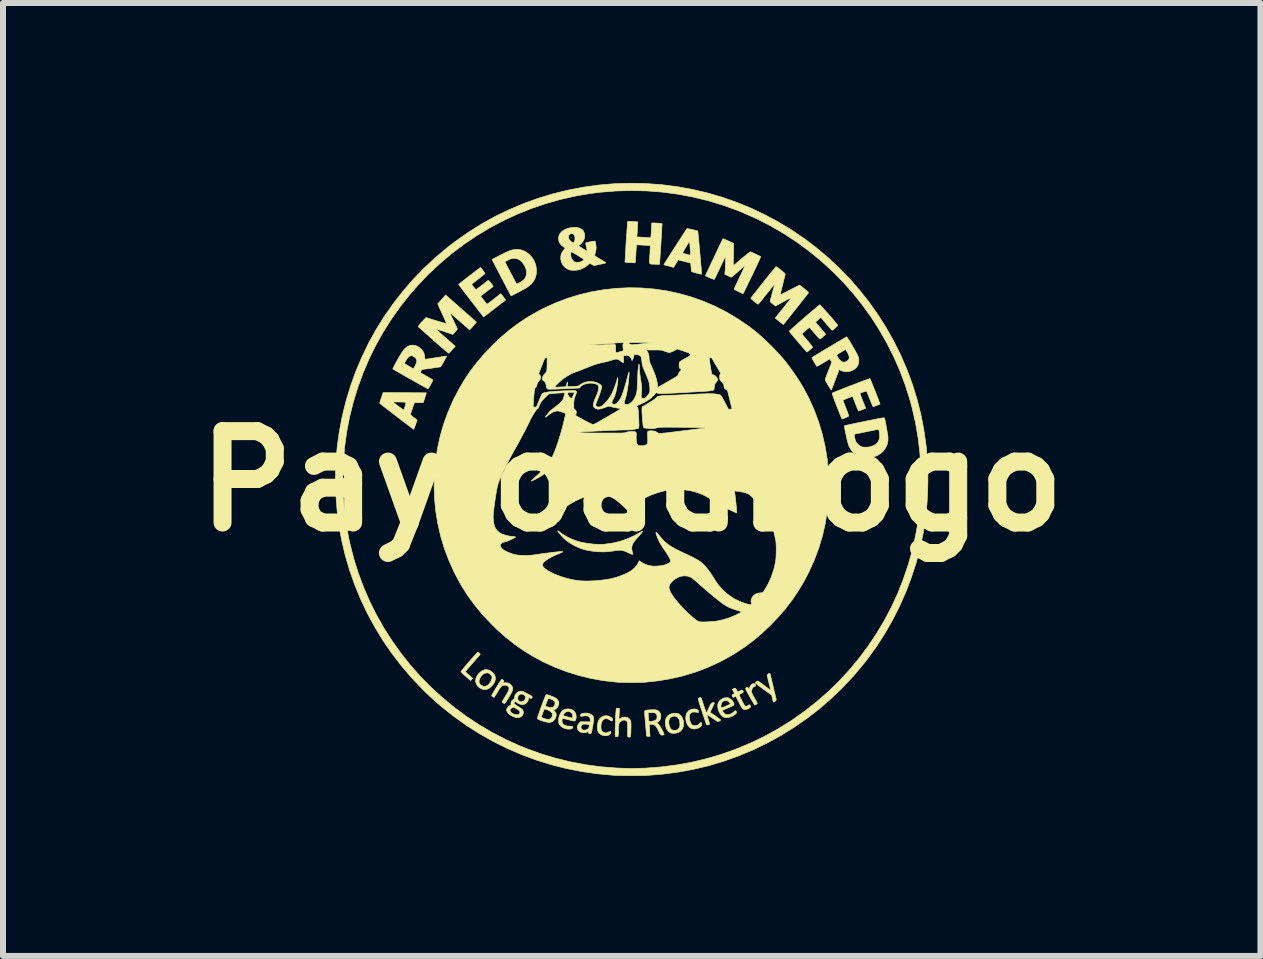
<source format=kicad_pcb>
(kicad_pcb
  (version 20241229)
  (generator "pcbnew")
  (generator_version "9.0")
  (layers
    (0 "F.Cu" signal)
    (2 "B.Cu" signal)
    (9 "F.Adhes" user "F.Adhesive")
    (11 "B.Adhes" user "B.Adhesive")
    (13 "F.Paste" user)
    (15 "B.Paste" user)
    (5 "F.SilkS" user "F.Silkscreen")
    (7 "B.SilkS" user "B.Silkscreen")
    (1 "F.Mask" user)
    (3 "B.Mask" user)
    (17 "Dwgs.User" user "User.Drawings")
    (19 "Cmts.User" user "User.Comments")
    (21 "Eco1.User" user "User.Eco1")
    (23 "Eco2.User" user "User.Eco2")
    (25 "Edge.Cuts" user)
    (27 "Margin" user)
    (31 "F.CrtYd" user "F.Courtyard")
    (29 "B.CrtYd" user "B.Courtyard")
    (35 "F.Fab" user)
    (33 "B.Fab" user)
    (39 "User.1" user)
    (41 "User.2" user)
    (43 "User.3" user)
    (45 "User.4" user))
  (footprint "PayloadLogo"
    (layer "F.Cu")
    (at 7.482 4.972)
    (property "Reference" "PayloadLogo" (at 0 0 0) (layer "F.SilkS") (effects (font (size 1.524 1.524) (thickness 0.3))))
    (attr through_hole)
    (fp_poly (pts (xy -2.555 2.855) (xy -2.541 2.867) (xy -2.54 2.868) (xy -2.524 2.885) (xy -2.639 3.018) (xy -2.671 3.055) (xy -2.701 3.089) (xy -2.727 3.119) (xy -2.747 3.142) (xy -2.76 3.158) (xy -2.765 3.163) (xy -2.771 3.172) (xy -2.77 3.179) (xy -2.761 3.19) (xy -2.748 3.202) (xy -2.726 3.222) (xy -2.701 3.244) (xy -2.686 3.257) (xy -2.652 3.286) (xy -2.669 3.305) (xy -2.686 3.325) (xy -2.766 3.255) (xy -2.794 3.23) (xy -2.818 3.208) (xy -2.836 3.19) (xy -2.846 3.179) (xy -2.847 3.176) (xy -2.842 3.168) (xy -2.83 3.152) (xy -2.811 3.128) (xy -2.787 3.099) (xy -2.759 3.066) (xy -2.728 3.03) (xy -2.697 2.994) (xy -2.666 2.958) (xy -2.636 2.925) (xy -2.61 2.897) (xy -2.589 2.873) (xy -2.573 2.858) (xy -2.565 2.851) (xy -2.565 2.85) (xy -2.555 2.855)) (stroke (width 0.01) (type solid)) (fill yes) (layer "F.SilkS"))
    (fp_poly (pts (xy 1.083 3.804) (xy 1.104 3.818) (xy 1.114 3.837) (xy 1.115 3.844) (xy 1.113 3.855) (xy 1.106 3.858) (xy 1.095 3.855) (xy 1.077 3.851) (xy 1.052 3.849) (xy 1.038 3.849) (xy 1.015 3.85) (xy 1 3.854) (xy 0.987 3.865) (xy 0.98 3.872) (xy 0.967 3.888) (xy 0.961 3.905) (xy 0.96 3.929) (xy 0.96 3.933) (xy 0.963 3.968) (xy 0.972 4.003) (xy 0.985 4.035) (xy 1.001 4.058) (xy 1.007 4.064) (xy 1.031 4.075) (xy 1.061 4.077) (xy 1.092 4.07) (xy 1.118 4.056) (xy 1.136 4.035) (xy 1.147 4.023) (xy 1.158 4.024) (xy 1.166 4.038) (xy 1.168 4.043) (xy 1.166 4.066) (xy 1.153 4.087) (xy 1.131 4.105) (xy 1.103 4.119) (xy 1.071 4.128) (xy 1.037 4.131) (xy 1.005 4.127) (xy 0.99 4.121) (xy 0.96 4.1) (xy 0.935 4.068) (xy 0.916 4.03) (xy 0.904 3.987) (xy 0.9 3.943) (xy 0.905 3.901) (xy 0.918 3.867) (xy 0.942 3.835) (xy 0.976 3.812) (xy 1.015 3.799) (xy 1.049 3.798) (xy 1.083 3.804)) (stroke (width 0.01) (type solid)) (fill yes) (layer "F.SilkS"))
    (fp_poly (pts (xy 2.052 3.379) (xy 2.057 3.385) (xy 2.067 3.403) (xy 2.063 3.417) (xy 2.046 3.424) (xy 2.024 3.435) (xy 2.008 3.458) (xy 1.999 3.494) (xy 1.998 3.507) (xy 1.999 3.52) (xy 2.003 3.534) (xy 2.012 3.553) (xy 2.026 3.578) (xy 2.041 3.606) (xy 2.063 3.644) (xy 2.078 3.671) (xy 2.087 3.69) (xy 2.092 3.702) (xy 2.091 3.71) (xy 2.086 3.715) (xy 2.078 3.72) (xy 2.075 3.721) (xy 2.06 3.729) (xy 2.051 3.732) (xy 2.05 3.732) (xy 2.046 3.727) (xy 2.036 3.71) (xy 2.021 3.685) (xy 2.002 3.653) (xy 1.98 3.615) (xy 1.97 3.597) (xy 1.945 3.552) (xy 1.926 3.518) (xy 1.913 3.493) (xy 1.904 3.476) (xy 1.9 3.464) (xy 1.9 3.456) (xy 1.902 3.45) (xy 1.903 3.448) (xy 1.92 3.437) (xy 1.936 3.439) (xy 1.949 3.454) (xy 1.949 3.454) (xy 1.954 3.465) (xy 1.958 3.466) (xy 1.962 3.456) (xy 1.966 3.441) (xy 1.978 3.414) (xy 1.995 3.392) (xy 2.015 3.379) (xy 2.035 3.374) (xy 2.052 3.379)) (stroke (width 0.01) (type solid)) (fill yes) (layer "F.SilkS"))
    (fp_poly (pts (xy -0.379 3.918) (xy -0.343 3.938) (xy -0.337 3.943) (xy -0.323 3.958) (xy -0.319 3.971) (xy -0.32 3.982) (xy -0.326 3.996) (xy -0.334 3.999) (xy -0.348 3.993) (xy -0.364 3.982) (xy -0.394 3.966) (xy -0.425 3.959) (xy -0.453 3.964) (xy -0.468 3.972) (xy -0.489 3.994) (xy -0.503 4.023) (xy -0.511 4.06) (xy -0.513 4.081) (xy -0.512 4.122) (xy -0.505 4.153) (xy -0.488 4.175) (xy -0.463 4.19) (xy -0.46 4.191) (xy -0.442 4.196) (xy -0.428 4.197) (xy -0.411 4.192) (xy -0.394 4.185) (xy -0.372 4.177) (xy -0.356 4.171) (xy -0.35 4.17) (xy -0.347 4.176) (xy -0.347 4.191) (xy -0.347 4.192) (xy -0.356 4.213) (xy -0.375 4.229) (xy -0.402 4.24) (xy -0.434 4.244) (xy -0.469 4.242) (xy -0.486 4.237) (xy -0.519 4.222) (xy -0.546 4.2) (xy -0.558 4.182) (xy -0.569 4.152) (xy -0.573 4.112) (xy -0.572 4.07) (xy -0.565 4.028) (xy -0.553 3.992) (xy -0.551 3.987) (xy -0.526 3.952) (xy -0.494 3.927) (xy -0.457 3.913) (xy -0.417 3.91) (xy -0.379 3.918)) (stroke (width 0.01) (type solid)) (fill yes) (layer "F.SilkS"))
    (fp_poly (pts (xy 0.747 3.869) (xy 0.786 3.881) (xy 0.817 3.906) (xy 0.842 3.943) (xy 0.846 3.952) (xy 0.862 4.001) (xy 0.866 4.049) (xy 0.86 4.094) (xy 0.842 4.134) (xy 0.815 4.166) (xy 0.791 4.183) (xy 0.761 4.195) (xy 0.726 4.202) (xy 0.69 4.204) (xy 0.659 4.2) (xy 0.646 4.196) (xy 0.611 4.172) (xy 0.585 4.137) (xy 0.568 4.093) (xy 0.56 4.048) (xy 0.56 4.025) (xy 0.618 4.025) (xy 0.622 4.061) (xy 0.633 4.096) (xy 0.648 4.124) (xy 0.667 4.143) (xy 0.669 4.145) (xy 0.7 4.154) (xy 0.734 4.153) (xy 0.758 4.145) (xy 0.783 4.126) (xy 0.799 4.097) (xy 0.804 4.059) (xy 0.804 4.056) (xy 0.8 4.007) (xy 0.788 3.968) (xy 0.767 3.94) (xy 0.74 3.923) (xy 0.722 3.918) (xy 0.689 3.92) (xy 0.659 3.932) (xy 0.635 3.952) (xy 0.63 3.961) (xy 0.62 3.99) (xy 0.618 4.025) (xy 0.56 4.025) (xy 0.56 3.996) (xy 0.573 3.952) (xy 0.596 3.917) (xy 0.63 3.891) (xy 0.674 3.874) (xy 0.701 3.869) (xy 0.747 3.869)) (stroke (width 0.01) (type solid)) (fill yes) (layer "F.SilkS"))
    (fp_poly (pts (xy -2.391 3.148) (xy -2.363 3.159) (xy -2.352 3.165) (xy -2.312 3.196) (xy -2.286 3.231) (xy -2.273 3.27) (xy -2.274 3.31) (xy -2.288 3.353) (xy -2.316 3.396) (xy -2.332 3.414) (xy -2.37 3.448) (xy -2.409 3.468) (xy -2.448 3.475) (xy -2.49 3.468) (xy -2.491 3.468) (xy -2.531 3.449) (xy -2.564 3.421) (xy -2.588 3.387) (xy -2.601 3.35) (xy -2.603 3.329) (xy -2.603 3.324) (xy -2.545 3.324) (xy -2.544 3.356) (xy -2.529 3.385) (xy -2.505 3.406) (xy -2.473 3.42) (xy -2.44 3.42) (xy -2.407 3.406) (xy -2.405 3.405) (xy -2.379 3.381) (xy -2.356 3.35) (xy -2.339 3.316) (xy -2.33 3.284) (xy -2.329 3.265) (xy -2.332 3.252) (xy -2.342 3.238) (xy -2.355 3.224) (xy -2.374 3.207) (xy -2.389 3.199) (xy -2.407 3.196) (xy -2.413 3.196) (xy -2.45 3.202) (xy -2.483 3.222) (xy -2.513 3.254) (xy -2.533 3.289) (xy -2.545 3.324) (xy -2.603 3.324) (xy -2.597 3.289) (xy -2.58 3.249) (xy -2.555 3.213) (xy -2.524 3.182) (xy -2.489 3.158) (xy -2.452 3.144) (xy -2.416 3.142) (xy -2.391 3.148)) (stroke (width 0.01) (type solid)) (fill yes) (layer "F.SilkS"))
    (fp_poly (pts (xy 2.303 3.204) (xy 2.306 3.211) (xy 2.311 3.231) (xy 2.318 3.261) (xy 2.328 3.299) (xy 2.339 3.345) (xy 2.351 3.396) (xy 2.357 3.419) (xy 2.369 3.472) (xy 2.381 3.52) (xy 2.391 3.563) (xy 2.399 3.598) (xy 2.406 3.623) (xy 2.409 3.637) (xy 2.41 3.639) (xy 2.407 3.65) (xy 2.397 3.663) (xy 2.383 3.676) (xy 2.37 3.683) (xy 2.367 3.683) (xy 2.361 3.676) (xy 2.354 3.658) (xy 2.347 3.631) (xy 2.346 3.625) (xy 2.334 3.567) (xy 2.197 3.468) (xy 2.159 3.44) (xy 2.124 3.415) (xy 2.096 3.393) (xy 2.075 3.376) (xy 2.063 3.365) (xy 2.06 3.361) (xy 2.066 3.351) (xy 2.08 3.341) (xy 2.095 3.333) (xy 2.107 3.333) (xy 2.115 3.338) (xy 2.133 3.351) (xy 2.158 3.369) (xy 2.188 3.391) (xy 2.215 3.411) (xy 2.247 3.435) (xy 2.275 3.456) (xy 2.298 3.472) (xy 2.312 3.483) (xy 2.317 3.485) (xy 2.316 3.479) (xy 2.312 3.461) (xy 2.306 3.434) (xy 2.297 3.4) (xy 2.289 3.367) (xy 2.279 3.328) (xy 2.27 3.292) (xy 2.264 3.263) (xy 2.26 3.243) (xy 2.259 3.235) (xy 2.265 3.224) (xy 2.278 3.213) (xy 2.291 3.205) (xy 2.302 3.203) (xy 2.303 3.204)) (stroke (width 0.01) (type solid)) (fill yes) (layer "F.SilkS"))
    (fp_poly (pts (xy 1.729 3.454) (xy 1.742 3.47) (xy 1.746 3.479) (xy 1.755 3.497) (xy 1.763 3.509) (xy 1.765 3.511) (xy 1.774 3.51) (xy 1.791 3.503) (xy 1.805 3.497) (xy 1.825 3.487) (xy 1.837 3.483) (xy 1.845 3.485) (xy 1.851 3.492) (xy 1.861 3.505) (xy 1.86 3.516) (xy 1.848 3.527) (xy 1.827 3.538) (xy 1.808 3.549) (xy 1.795 3.559) (xy 1.792 3.563) (xy 1.795 3.573) (xy 1.804 3.592) (xy 1.816 3.617) (xy 1.83 3.646) (xy 1.845 3.676) (xy 1.86 3.703) (xy 1.872 3.725) (xy 1.881 3.739) (xy 1.882 3.741) (xy 1.899 3.752) (xy 1.921 3.75) (xy 1.942 3.738) (xy 1.956 3.729) (xy 1.964 3.727) (xy 1.971 3.733) (xy 1.973 3.736) (xy 1.982 3.754) (xy 1.978 3.768) (xy 1.97 3.777) (xy 1.944 3.794) (xy 1.914 3.805) (xy 1.885 3.808) (xy 1.87 3.805) (xy 1.858 3.799) (xy 1.846 3.788) (xy 1.834 3.772) (xy 1.819 3.747) (xy 1.8 3.713) (xy 1.784 3.681) (xy 1.735 3.584) (xy 1.713 3.596) (xy 1.698 3.603) (xy 1.689 3.602) (xy 1.682 3.595) (xy 1.681 3.594) (xy 1.673 3.577) (xy 1.677 3.564) (xy 1.693 3.552) (xy 1.715 3.542) (xy 1.697 3.507) (xy 1.679 3.472) (xy 1.695 3.461) (xy 1.714 3.451) (xy 1.729 3.454)) (stroke (width 0.01) (type solid)) (fill yes) (layer "F.SilkS"))
    (fp_poly (pts (xy -1.225 0.829) (xy -1.212 0.839) (xy -1.204 0.845) (xy -1.151 0.885) (xy -1.087 0.924) (xy -1.015 0.959) (xy -0.94 0.989) (xy -0.863 1.013) (xy -0.84 1.019) (xy -0.735 1.038) (xy -0.63 1.05) (xy -0.529 1.054) (xy -0.455 1.051) (xy -0.323 1.033) (xy -0.194 1.003) (xy -0.067 0.959) (xy 0.055 0.903) (xy 0.128 0.861) (xy 0.151 0.848) (xy 0.169 0.838) (xy 0.179 0.833) (xy 0.18 0.833) (xy 0.18 0.837) (xy 0.172 0.851) (xy 0.157 0.87) (xy 0.138 0.895) (xy 0.115 0.921) (xy 0.09 0.949) (xy 0.082 0.957) (xy 0.044 1.002) (xy 0.018 1.043) (xy 0.003 1.084) (xy -0.000133 1.125) (xy 0.007 1.169) (xy 0.011 1.182) (xy 0.016 1.202) (xy 0.02 1.216) (xy 0.021 1.219) (xy 0.016 1.22) (xy 0.003 1.218) (xy -0.007 1.216) (xy -0.018 1.211) (xy -0.038 1.202) (xy -0.064 1.19) (xy -0.078 1.183) (xy -0.118 1.166) (xy -0.155 1.156) (xy -0.193 1.151) (xy -0.236 1.153) (xy -0.286 1.16) (xy -0.307 1.164) (xy -0.389 1.175) (xy -0.479 1.179) (xy -0.573 1.176) (xy -0.668 1.165) (xy -0.76 1.148) (xy -0.78 1.143) (xy -0.863 1.117) (xy -0.944 1.081) (xy -1.021 1.038) (xy -1.089 0.99) (xy -1.12 0.963) (xy -1.144 0.94) (xy -1.168 0.914) (xy -1.191 0.888) (xy -1.21 0.864) (xy -1.225 0.844) (xy -1.232 0.831) (xy -1.232 0.827) (xy -1.225 0.829)) (stroke (width 0.01) (type solid)) (fill yes) (layer "F.SilkS"))
    (fp_poly (pts (xy -2.158 3.306) (xy -2.145 3.315) (xy -2.134 3.325) (xy -2.133 3.334) (xy -2.14 3.347) (xy -2.152 3.365) (xy -2.118 3.361) (xy -2.075 3.361) (xy -2.039 3.375) (xy -2.011 3.398) (xy -1.996 3.418) (xy -1.986 3.438) (xy -1.983 3.458) (xy -1.987 3.483) (xy -1.998 3.512) (xy -2.017 3.549) (xy -2.044 3.595) (xy -2.047 3.6) (xy -2.071 3.639) (xy -2.089 3.668) (xy -2.102 3.688) (xy -2.112 3.7) (xy -2.119 3.705) (xy -2.126 3.706) (xy -2.134 3.703) (xy -2.14 3.7) (xy -2.153 3.69) (xy -2.159 3.681) (xy -2.159 3.681) (xy -2.155 3.672) (xy -2.146 3.654) (xy -2.131 3.628) (xy -2.113 3.598) (xy -2.103 3.581) (xy -2.075 3.535) (xy -2.057 3.498) (xy -2.047 3.469) (xy -2.045 3.447) (xy -2.052 3.43) (xy -2.066 3.416) (xy -2.075 3.411) (xy -2.099 3.402) (xy -2.124 3.402) (xy -2.151 3.408) (xy -2.165 3.414) (xy -2.177 3.424) (xy -2.19 3.44) (xy -2.206 3.465) (xy -2.212 3.474) (xy -2.23 3.504) (xy -2.25 3.536) (xy -2.266 3.562) (xy -2.27 3.568) (xy -2.294 3.605) (xy -2.314 3.595) (xy -2.329 3.585) (xy -2.335 3.576) (xy -2.335 3.575) (xy -2.332 3.567) (xy -2.322 3.548) (xy -2.307 3.523) (xy -2.289 3.492) (xy -2.268 3.457) (xy -2.246 3.422) (xy -2.225 3.388) (xy -2.205 3.357) (xy -2.188 3.331) (xy -2.176 3.313) (xy -2.169 3.304) (xy -2.168 3.304) (xy -2.158 3.306)) (stroke (width 0.01) (type solid)) (fill yes) (layer "F.SilkS"))
    (fp_poly (pts (xy -1.019 3.802) (xy -0.981 3.819) (xy -0.952 3.845) (xy -0.933 3.878) (xy -0.926 3.918) (xy -0.927 3.946) (xy -0.931 3.968) (xy -0.936 3.984) (xy -0.944 3.994) (xy -0.957 3.997) (xy -0.977 3.996) (xy -1.007 3.989) (xy -1.048 3.979) (xy -1.052 3.978) (xy -1.088 3.969) (xy -1.118 3.962) (xy -1.141 3.957) (xy -1.154 3.954) (xy -1.156 3.955) (xy -1.158 3.963) (xy -1.161 3.98) (xy -1.162 3.988) (xy -1.16 4.022) (xy -1.146 4.049) (xy -1.12 4.069) (xy -1.083 4.081) (xy -1.034 4.085) (xy -1.034 4.085) (xy -1.007 4.086) (xy -0.991 4.087) (xy -0.983 4.09) (xy -0.981 4.097) (xy -0.981 4.099) (xy -0.987 4.117) (xy -1.005 4.129) (xy -1.032 4.134) (xy -1.068 4.133) (xy -1.103 4.127) (xy -1.145 4.111) (xy -1.18 4.087) (xy -1.205 4.057) (xy -1.213 4.041) (xy -1.22 4.006) (xy -1.219 3.965) (xy -1.21 3.922) (xy -1.203 3.905) (xy -1.141 3.905) (xy -1.14 3.908) (xy -1.131 3.912) (xy -1.112 3.918) (xy -1.087 3.925) (xy -1.058 3.933) (xy -1.031 3.94) (xy -1.009 3.946) (xy -0.994 3.948) (xy -0.991 3.948) (xy -0.986 3.941) (xy -0.983 3.924) (xy -0.982 3.918) (xy -0.986 3.889) (xy -1.001 3.865) (xy -1.024 3.848) (xy -1.051 3.839) (xy -1.08 3.841) (xy -1.099 3.849) (xy -1.115 3.861) (xy -1.128 3.877) (xy -1.138 3.893) (xy -1.141 3.905) (xy -1.203 3.905) (xy -1.194 3.881) (xy -1.175 3.848) (xy -1.144 3.819) (xy -1.106 3.802) (xy -1.064 3.796) (xy -1.019 3.802)) (stroke (width 0.01) (type solid)) (fill yes) (layer "F.SilkS"))
    (fp_poly (pts (xy -0.226 3.785) (xy -0.204 3.79) (xy -0.209 3.882) (xy -0.211 3.921) (xy -0.212 3.947) (xy -0.21 3.962) (xy -0.206 3.967) (xy -0.198 3.965) (xy -0.186 3.957) (xy -0.175 3.948) (xy -0.15 3.937) (xy -0.119 3.933) (xy -0.087 3.936) (xy -0.062 3.946) (xy -0.059 3.948) (xy -0.043 3.961) (xy -0.031 3.973) (xy -0.022 3.986) (xy -0.016 4.003) (xy -0.013 4.026) (xy -0.012 4.057) (xy -0.012 4.099) (xy -0.013 4.13) (xy -0.014 4.181) (xy -0.016 4.219) (xy -0.018 4.245) (xy -0.021 4.26) (xy -0.023 4.263) (xy -0.043 4.268) (xy -0.062 4.263) (xy -0.066 4.257) (xy -0.068 4.244) (xy -0.07 4.223) (xy -0.07 4.191) (xy -0.07 4.147) (xy -0.07 4.141) (xy -0.069 4.093) (xy -0.07 4.057) (xy -0.072 4.031) (xy -0.076 4.013) (xy -0.083 4.001) (xy -0.093 3.993) (xy -0.105 3.987) (xy -0.133 3.982) (xy -0.162 3.991) (xy -0.191 4.011) (xy -0.195 4.015) (xy -0.203 4.024) (xy -0.208 4.032) (xy -0.212 4.043) (xy -0.215 4.059) (xy -0.216 4.082) (xy -0.218 4.115) (xy -0.219 4.14) (xy -0.22 4.178) (xy -0.222 4.21) (xy -0.225 4.235) (xy -0.227 4.25) (xy -0.228 4.253) (xy -0.24 4.26) (xy -0.257 4.261) (xy -0.273 4.256) (xy -0.274 4.248) (xy -0.276 4.228) (xy -0.276 4.197) (xy -0.276 4.159) (xy -0.275 4.115) (xy -0.274 4.067) (xy -0.272 4.017) (xy -0.27 3.968) (xy -0.268 3.92) (xy -0.266 3.877) (xy -0.263 3.84) (xy -0.26 3.812) (xy -0.258 3.793) (xy -0.256 3.788) (xy -0.243 3.784) (xy -0.226 3.785)) (stroke (width 0.01) (type solid)) (fill yes) (layer "F.SilkS"))
    (fp_poly (pts (xy -0.724 3.87) (xy -0.688 3.882) (xy -0.661 3.901) (xy -0.648 3.914) (xy -0.639 3.929) (xy -0.634 3.946) (xy -0.633 3.969) (xy -0.636 3.999) (xy -0.642 4.038) (xy -0.651 4.089) (xy -0.659 4.132) (xy -0.666 4.164) (xy -0.671 4.185) (xy -0.675 4.199) (xy -0.68 4.206) (xy -0.685 4.209) (xy -0.692 4.211) (xy -0.707 4.211) (xy -0.715 4.208) (xy -0.719 4.197) (xy -0.72 4.187) (xy -0.72 4.177) (xy -0.725 4.175) (xy -0.737 4.18) (xy -0.743 4.183) (xy -0.773 4.192) (xy -0.809 4.194) (xy -0.843 4.188) (xy -0.861 4.18) (xy -0.886 4.159) (xy -0.902 4.131) (xy -0.907 4.106) (xy -0.846 4.106) (xy -0.841 4.127) (xy -0.834 4.136) (xy -0.809 4.15) (xy -0.778 4.151) (xy -0.744 4.139) (xy -0.737 4.135) (xy -0.721 4.121) (xy -0.711 4.099) (xy -0.71 4.093) (xy -0.707 4.074) (xy -0.707 4.061) (xy -0.708 4.059) (xy -0.717 4.057) (xy -0.736 4.054) (xy -0.761 4.052) (xy -0.765 4.051) (xy -0.792 4.05) (xy -0.81 4.051) (xy -0.822 4.055) (xy -0.831 4.062) (xy -0.832 4.063) (xy -0.843 4.082) (xy -0.846 4.106) (xy -0.907 4.106) (xy -0.908 4.1) (xy -0.907 4.088) (xy -0.899 4.067) (xy -0.885 4.045) (xy -0.878 4.037) (xy -0.855 4.011) (xy -0.773 4.012) (xy -0.691 4.012) (xy -0.691 3.978) (xy -0.697 3.947) (xy -0.712 3.926) (xy -0.738 3.914) (xy -0.774 3.911) (xy -0.809 3.916) (xy -0.836 3.92) (xy -0.851 3.918) (xy -0.856 3.91) (xy -0.853 3.896) (xy -0.841 3.881) (xy -0.819 3.871) (xy -0.785 3.867) (xy -0.77 3.866) (xy -0.724 3.87)) (stroke (width 0.01) (type solid)) (fill yes) (layer "F.SilkS"))
    (fp_poly (pts (xy 1.601 3.611) (xy 1.61 3.613) (xy 1.634 3.624) (xy 1.658 3.641) (xy 1.679 3.663) (xy 1.694 3.686) (xy 1.704 3.708) (xy 1.705 3.727) (xy 1.699 3.736) (xy 1.69 3.742) (xy 1.669 3.752) (xy 1.642 3.765) (xy 1.609 3.779) (xy 1.602 3.782) (xy 1.569 3.795) (xy 1.542 3.807) (xy 1.522 3.816) (xy 1.512 3.821) (xy 1.511 3.821) (xy 1.513 3.828) (xy 1.52 3.842) (xy 1.524 3.849) (xy 1.548 3.876) (xy 1.577 3.89) (xy 1.61 3.893) (xy 1.647 3.882) (xy 1.685 3.86) (xy 1.703 3.845) (xy 1.719 3.831) (xy 1.729 3.826) (xy 1.735 3.829) (xy 1.74 3.835) (xy 1.748 3.85) (xy 1.747 3.863) (xy 1.734 3.878) (xy 1.727 3.885) (xy 1.687 3.912) (xy 1.644 3.931) (xy 1.602 3.941) (xy 1.562 3.942) (xy 1.534 3.934) (xy 1.504 3.914) (xy 1.478 3.884) (xy 1.456 3.846) (xy 1.441 3.804) (xy 1.434 3.762) (xy 1.435 3.744) (xy 1.488 3.744) (xy 1.488 3.763) (xy 1.491 3.776) (xy 1.497 3.78) (xy 1.498 3.78) (xy 1.508 3.776) (xy 1.527 3.768) (xy 1.553 3.757) (xy 1.57 3.75) (xy 1.598 3.738) (xy 1.621 3.728) (xy 1.636 3.72) (xy 1.64 3.718) (xy 1.641 3.709) (xy 1.633 3.695) (xy 1.62 3.679) (xy 1.604 3.666) (xy 1.589 3.659) (xy 1.588 3.658) (xy 1.558 3.658) (xy 1.529 3.668) (xy 1.505 3.685) (xy 1.503 3.688) (xy 1.496 3.703) (xy 1.491 3.722) (xy 1.488 3.744) (xy 1.435 3.744) (xy 1.435 3.723) (xy 1.439 3.709) (xy 1.458 3.671) (xy 1.487 3.642) (xy 1.522 3.62) (xy 1.561 3.61) (xy 1.601 3.611)) (stroke (width 0.01) (type solid)) (fill yes) (layer "F.SilkS"))
    (fp_poly (pts (xy -1.846 -3.856) (xy -1.791 -3.836) (xy -1.739 -3.805) (xy -1.693 -3.765) (xy -1.653 -3.718) (xy -1.622 -3.663) (xy -1.6 -3.604) (xy -1.589 -3.54) (xy -1.587 -3.511) (xy -1.593 -3.445) (xy -1.609 -3.386) (xy -1.636 -3.334) (xy -1.676 -3.286) (xy -1.729 -3.242) (xy -1.753 -3.226) (xy -1.768 -3.217) (xy -1.791 -3.204) (xy -1.821 -3.188) (xy -1.855 -3.17) (xy -1.89 -3.151) (xy -1.924 -3.133) (xy -1.956 -3.116) (xy -1.982 -3.103) (xy -2.001 -3.094) (xy -2.009 -3.09) (xy -2.009 -3.09) (xy -2.014 -3.096) (xy -2.024 -3.113) (xy -2.038 -3.139) (xy -2.056 -3.173) (xy -2.077 -3.212) (xy -2.094 -3.244) (xy -2.122 -3.299) (xy -2.154 -3.361) (xy -2.188 -3.425) (xy -2.22 -3.487) (xy -2.249 -3.542) (xy -2.251 -3.547) (xy -2.309 -3.658) (xy -2.115 -3.658) (xy -2.019 -3.473) (xy -1.994 -3.427) (xy -1.972 -3.384) (xy -1.952 -3.348) (xy -1.936 -3.318) (xy -1.924 -3.298) (xy -1.918 -3.289) (xy -1.917 -3.288) (xy -1.908 -3.291) (xy -1.891 -3.298) (xy -1.882 -3.303) (xy -1.836 -3.329) (xy -1.803 -3.354) (xy -1.779 -3.382) (xy -1.764 -3.415) (xy -1.757 -3.441) (xy -1.754 -3.485) (xy -1.762 -3.533) (xy -1.781 -3.582) (xy -1.809 -3.627) (xy -1.829 -3.653) (xy -1.863 -3.684) (xy -1.897 -3.703) (xy -1.934 -3.713) (xy -1.961 -3.714) (xy -1.987 -3.713) (xy -2.009 -3.709) (xy -2.033 -3.7) (xy -2.061 -3.686) (xy -2.115 -3.658) (xy -2.309 -3.658) (xy -2.329 -3.696) (xy -2.214 -3.756) (xy -2.155 -3.786) (xy -2.107 -3.81) (xy -2.067 -3.828) (xy -2.032 -3.842) (xy -2.002 -3.852) (xy -1.974 -3.859) (xy -1.964 -3.861) (xy -1.904 -3.865) (xy -1.846 -3.856)) (stroke (width 0.01) (type solid)) (fill yes) (layer "F.SilkS"))
    (fp_poly (pts (xy 1.149 3.609) (xy 1.154 3.613) (xy 1.16 3.624) (xy 1.167 3.641) (xy 1.177 3.668) (xy 1.189 3.705) (xy 1.199 3.736) (xy 1.213 3.776) (xy 1.225 3.811) (xy 1.236 3.838) (xy 1.243 3.856) (xy 1.247 3.863) (xy 1.247 3.863) (xy 1.252 3.856) (xy 1.26 3.838) (xy 1.272 3.812) (xy 1.285 3.784) (xy 1.301 3.749) (xy 1.313 3.725) (xy 1.324 3.71) (xy 1.334 3.701) (xy 1.339 3.698) (xy 1.357 3.692) (xy 1.372 3.692) (xy 1.372 3.692) (xy 1.376 3.696) (xy 1.376 3.704) (xy 1.371 3.718) (xy 1.361 3.74) (xy 1.345 3.773) (xy 1.344 3.776) (xy 1.327 3.81) (xy 1.316 3.834) (xy 1.311 3.85) (xy 1.312 3.858) (xy 1.313 3.86) (xy 1.332 3.871) (xy 1.355 3.887) (xy 1.383 3.906) (xy 1.411 3.926) (xy 1.437 3.945) (xy 1.46 3.962) (xy 1.476 3.975) (xy 1.483 3.982) (xy 1.484 3.983) (xy 1.477 3.99) (xy 1.462 3.998) (xy 1.458 4) (xy 1.433 4.009) (xy 1.35 3.953) (xy 1.319 3.933) (xy 1.292 3.915) (xy 1.272 3.901) (xy 1.26 3.893) (xy 1.258 3.892) (xy 1.256 3.896) (xy 1.258 3.911) (xy 1.265 3.935) (xy 1.267 3.942) (xy 1.28 3.983) (xy 1.289 4.012) (xy 1.294 4.031) (xy 1.297 4.044) (xy 1.297 4.05) (xy 1.296 4.054) (xy 1.292 4.056) (xy 1.291 4.057) (xy 1.275 4.063) (xy 1.258 4.063) (xy 1.246 4.057) (xy 1.245 4.055) (xy 1.242 4.047) (xy 1.235 4.026) (xy 1.225 3.996) (xy 1.212 3.957) (xy 1.197 3.912) (xy 1.18 3.862) (xy 1.172 3.837) (xy 1.152 3.777) (xy 1.136 3.729) (xy 1.125 3.692) (xy 1.117 3.664) (xy 1.112 3.644) (xy 1.111 3.63) (xy 1.114 3.621) (xy 1.119 3.615) (xy 1.127 3.612) (xy 1.137 3.609) (xy 1.137 3.609) (xy 1.143 3.608) (xy 1.149 3.609)) (stroke (width 0.01) (type solid)) (fill yes) (layer "F.SilkS"))
    (fp_poly (pts (xy -3.785 -1.475) (xy -3.715 -1.475) (xy -3.65 -1.474) (xy -3.59 -1.474) (xy -3.537 -1.474) (xy -3.493 -1.473) (xy -3.459 -1.473) (xy -3.436 -1.472) (xy -3.425 -1.472) (xy -3.424 -1.472) (xy -3.425 -1.465) (xy -3.431 -1.447) (xy -3.439 -1.422) (xy -3.449 -1.39) (xy -3.449 -1.389) (xy -3.476 -1.309) (xy -3.623 -1.309) (xy -3.656 -1.214) (xy -3.668 -1.179) (xy -3.679 -1.149) (xy -3.686 -1.126) (xy -3.69 -1.113) (xy -3.69 -1.111) (xy -3.685 -1.104) (xy -3.67 -1.091) (xy -3.649 -1.074) (xy -3.633 -1.062) (xy -3.609 -1.044) (xy -3.591 -1.029) (xy -3.581 -1.017) (xy -3.579 -1.014) (xy -3.583 -1.004) (xy -3.59 -0.984) (xy -3.599 -0.957) (xy -3.605 -0.938) (xy -3.616 -0.91) (xy -3.625 -0.886) (xy -3.631 -0.87) (xy -3.633 -0.866) (xy -3.64 -0.869) (xy -3.656 -0.88) (xy -3.681 -0.898) (xy -3.714 -0.923) (xy -3.754 -0.953) (xy -3.8 -0.987) (xy -3.851 -1.026) (xy -3.905 -1.068) (xy -3.916 -1.077) (xy -3.971 -1.119) (xy -4.022 -1.159) (xy -4.069 -1.195) (xy -4.111 -1.228) (xy -4.146 -1.255) (xy -4.173 -1.276) (xy -4.191 -1.29) (xy -4.199 -1.297) (xy -4.2 -1.297) (xy -4.2 -1.306) (xy -4.197 -1.318) (xy -3.981 -1.318) (xy -3.973 -1.311) (xy -3.956 -1.298) (xy -3.933 -1.281) (xy -3.907 -1.262) (xy -3.879 -1.241) (xy -3.853 -1.222) (xy -3.83 -1.205) (xy -3.812 -1.192) (xy -3.803 -1.186) (xy -3.803 -1.186) (xy -3.799 -1.192) (xy -3.792 -1.208) (xy -3.784 -1.232) (xy -3.779 -1.246) (xy -3.771 -1.273) (xy -3.766 -1.296) (xy -3.764 -1.31) (xy -3.765 -1.313) (xy -3.774 -1.315) (xy -3.794 -1.317) (xy -3.824 -1.319) (xy -3.859 -1.32) (xy -3.878 -1.321) (xy -3.915 -1.321) (xy -3.946 -1.321) (xy -3.968 -1.32) (xy -3.98 -1.319) (xy -3.981 -1.318) (xy -4.197 -1.318) (xy -4.195 -1.324) (xy -4.187 -1.351) (xy -4.177 -1.383) (xy -4.174 -1.389) (xy -4.144 -1.477) (xy -3.785 -1.475)) (stroke (width 0.01) (type solid)) (fill yes) (layer "F.SilkS"))
    (fp_poly (pts (xy -2.485 -3.519) (xy -2.468 -3.497) (xy -2.455 -3.479) (xy -2.447 -3.468) (xy -2.446 -3.467) (xy -2.45 -3.46) (xy -2.464 -3.446) (xy -2.487 -3.426) (xy -2.518 -3.402) (xy -2.554 -3.373) (xy -2.589 -3.346) (xy -2.619 -3.323) (xy -2.643 -3.304) (xy -2.659 -3.29) (xy -2.667 -3.283) (xy -2.667 -3.283) (xy -2.663 -3.274) (xy -2.652 -3.258) (xy -2.638 -3.239) (xy -2.622 -3.22) (xy -2.608 -3.205) (xy -2.597 -3.195) (xy -2.594 -3.194) (xy -2.586 -3.2) (xy -2.568 -3.213) (xy -2.544 -3.231) (xy -2.515 -3.253) (xy -2.494 -3.269) (xy -2.463 -3.293) (xy -2.435 -3.315) (xy -2.413 -3.332) (xy -2.398 -3.343) (xy -2.394 -3.346) (xy -2.386 -3.344) (xy -2.371 -3.331) (xy -2.35 -3.307) (xy -2.346 -3.302) (xy -2.327 -3.277) (xy -2.316 -3.261) (xy -2.312 -3.25) (xy -2.314 -3.244) (xy -2.315 -3.242) (xy -2.324 -3.235) (xy -2.342 -3.221) (xy -2.366 -3.202) (xy -2.395 -3.181) (xy -2.402 -3.175) (xy -2.433 -3.152) (xy -2.46 -3.13) (xy -2.483 -3.113) (xy -2.498 -3.102) (xy -2.499 -3.1) (xy -2.518 -3.085) (xy -2.467 -3.017) (xy -2.447 -2.991) (xy -2.431 -2.97) (xy -2.418 -2.955) (xy -2.413 -2.95) (xy -2.413 -2.95) (xy -2.407 -2.954) (xy -2.391 -2.965) (xy -2.367 -2.983) (xy -2.338 -3.005) (xy -2.304 -3.031) (xy -2.297 -3.037) (xy -2.184 -3.125) (xy -2.164 -3.102) (xy -2.148 -3.082) (xy -2.13 -3.059) (xy -2.124 -3.05) (xy -2.102 -3.021) (xy -2.286 -2.879) (xy -2.469 -2.738) (xy -2.563 -2.859) (xy -2.632 -2.948) (xy -2.692 -3.026) (xy -2.743 -3.093) (xy -2.787 -3.149) (xy -2.822 -3.195) (xy -2.849 -3.231) (xy -2.869 -3.257) (xy -2.881 -3.274) (xy -2.885 -3.281) (xy -2.885 -3.281) (xy -2.88 -3.286) (xy -2.865 -3.298) (xy -2.842 -3.316) (xy -2.812 -3.34) (xy -2.777 -3.367) (xy -2.739 -3.397) (xy -2.699 -3.428) (xy -2.658 -3.459) (xy -2.619 -3.489) (xy -2.582 -3.517) (xy -2.551 -3.54) (xy -2.52 -3.563) (xy -2.485 -3.519)) (stroke (width 0.01) (type solid)) (fill yes) (layer "F.SilkS"))
    (fp_poly (pts (xy 0.384 3.811) (xy 0.403 3.813) (xy 0.417 3.816) (xy 0.429 3.822) (xy 0.43 3.822) (xy 0.458 3.842) (xy 0.476 3.869) (xy 0.484 3.905) (xy 0.485 3.914) (xy 0.482 3.954) (xy 0.468 3.986) (xy 0.443 4.01) (xy 0.438 4.013) (xy 0.417 4.025) (xy 0.441 4.046) (xy 0.453 4.06) (xy 0.468 4.081) (xy 0.484 4.108) (xy 0.501 4.137) (xy 0.517 4.167) (xy 0.529 4.193) (xy 0.538 4.213) (xy 0.54 4.225) (xy 0.54 4.226) (xy 0.53 4.231) (xy 0.513 4.233) (xy 0.509 4.233) (xy 0.496 4.233) (xy 0.487 4.229) (xy 0.478 4.221) (xy 0.468 4.204) (xy 0.457 4.18) (xy 0.433 4.134) (xy 0.412 4.1) (xy 0.393 4.076) (xy 0.374 4.062) (xy 0.354 4.055) (xy 0.331 4.054) (xy 0.318 4.055) (xy 0.3 4.058) (xy 0.292 4.063) (xy 0.292 4.072) (xy 0.292 4.074) (xy 0.294 4.087) (xy 0.296 4.11) (xy 0.298 4.141) (xy 0.3 4.172) (xy 0.305 4.255) (xy 0.276 4.255) (xy 0.258 4.253) (xy 0.248 4.249) (xy 0.247 4.247) (xy 0.246 4.239) (xy 0.245 4.218) (xy 0.242 4.187) (xy 0.239 4.147) (xy 0.234 4.101) (xy 0.23 4.049) (xy 0.229 4.038) (xy 0.224 3.979) (xy 0.22 3.932) (xy 0.217 3.896) (xy 0.216 3.869) (xy 0.216 3.859) (xy 0.274 3.859) (xy 0.279 3.928) (xy 0.282 3.958) (xy 0.284 3.983) (xy 0.286 3.999) (xy 0.288 4.003) (xy 0.296 4.006) (xy 0.314 4.006) (xy 0.337 4.003) (xy 0.361 3.998) (xy 0.382 3.992) (xy 0.39 3.989) (xy 0.41 3.974) (xy 0.421 3.951) (xy 0.423 3.924) (xy 0.418 3.897) (xy 0.406 3.878) (xy 0.396 3.869) (xy 0.386 3.863) (xy 0.37 3.86) (xy 0.347 3.859) (xy 0.332 3.859) (xy 0.274 3.859) (xy 0.216 3.859) (xy 0.215 3.85) (xy 0.216 3.838) (xy 0.218 3.83) (xy 0.221 3.826) (xy 0.231 3.821) (xy 0.25 3.817) (xy 0.28 3.814) (xy 0.318 3.812) (xy 0.357 3.811) (xy 0.384 3.811)) (stroke (width 0.01) (type solid)) (fill yes) (layer "F.SilkS"))
    (fp_poly (pts (xy 0.929 -4.211) (xy 0.947 -4.208) (xy 0.972 -4.203) (xy 1.002 -4.196) (xy 1.032 -4.189) (xy 1.06 -4.182) (xy 1.083 -4.176) (xy 1.098 -4.171) (xy 1.1 -4.17) (xy 1.102 -4.163) (xy 1.104 -4.143) (xy 1.107 -4.112) (xy 1.112 -4.073) (xy 1.116 -4.025) (xy 1.121 -3.972) (xy 1.126 -3.914) (xy 1.132 -3.854) (xy 1.137 -3.792) (xy 1.143 -3.731) (xy 1.148 -3.672) (xy 1.152 -3.617) (xy 1.157 -3.567) (xy 1.16 -3.524) (xy 1.162 -3.49) (xy 1.164 -3.466) (xy 1.164 -3.455) (xy 1.163 -3.452) (xy 1.158 -3.451) (xy 1.146 -3.453) (xy 1.127 -3.457) (xy 1.097 -3.464) (xy 1.073 -3.47) (xy 1.043 -3.479) (xy 1.018 -3.487) (xy 1.002 -3.493) (xy 0.997 -3.497) (xy 0.995 -3.507) (xy 0.993 -3.527) (xy 0.991 -3.555) (xy 0.989 -3.57) (xy 0.984 -3.636) (xy 0.879 -3.663) (xy 0.842 -3.672) (xy 0.811 -3.679) (xy 0.788 -3.685) (xy 0.774 -3.688) (xy 0.772 -3.688) (xy 0.768 -3.682) (xy 0.759 -3.666) (xy 0.746 -3.643) (xy 0.735 -3.625) (xy 0.698 -3.564) (xy 0.623 -3.585) (xy 0.592 -3.593) (xy 0.565 -3.6) (xy 0.547 -3.604) (xy 0.541 -3.605) (xy 0.537 -3.61) (xy 0.538 -3.614) (xy 0.542 -3.621) (xy 0.553 -3.639) (xy 0.57 -3.666) (xy 0.592 -3.7) (xy 0.618 -3.741) (xy 0.647 -3.786) (xy 0.659 -3.804) (xy 0.85 -3.804) (xy 0.858 -3.801) (xy 0.876 -3.795) (xy 0.899 -3.788) (xy 0.925 -3.781) (xy 0.95 -3.774) (xy 0.968 -3.77) (xy 0.975 -3.768) (xy 0.977 -3.775) (xy 0.978 -3.792) (xy 0.977 -3.818) (xy 0.976 -3.847) (xy 0.974 -3.884) (xy 0.972 -3.919) (xy 0.969 -3.949) (xy 0.968 -3.964) (xy 0.963 -4.001) (xy 0.904 -3.905) (xy 0.885 -3.872) (xy 0.868 -3.844) (xy 0.857 -3.821) (xy 0.85 -3.808) (xy 0.85 -3.804) (xy 0.659 -3.804) (xy 0.678 -3.835) (xy 0.711 -3.886) (xy 0.744 -3.938) (xy 0.777 -3.989) (xy 0.809 -4.038) (xy 0.838 -4.084) (xy 0.865 -4.125) (xy 0.887 -4.159) (xy 0.905 -4.186) (xy 0.917 -4.204) (xy 0.922 -4.212) (xy 0.922 -4.212) (xy 0.929 -4.211)) (stroke (width 0.01) (type solid)) (fill yes) (layer "F.SilkS"))
    (fp_poly (pts (xy 4.209 -1.055) (xy 4.213 -1.053) (xy 4.214 -1.052) (xy 4.217 -1.04) (xy 4.223 -1.017) (xy 4.229 -0.985) (xy 4.237 -0.947) (xy 4.244 -0.906) (xy 4.252 -0.863) (xy 4.259 -0.823) (xy 4.265 -0.786) (xy 4.27 -0.757) (xy 4.272 -0.739) (xy 4.272 -0.674) (xy 4.259 -0.613) (xy 4.233 -0.556) (xy 4.197 -0.505) (xy 4.15 -0.462) (xy 4.095 -0.427) (xy 4.03 -0.402) (xy 4.018 -0.399) (xy 3.969 -0.391) (xy 3.915 -0.389) (xy 3.862 -0.393) (xy 3.819 -0.403) (xy 3.759 -0.429) (xy 3.707 -0.466) (xy 3.663 -0.514) (xy 3.628 -0.57) (xy 3.613 -0.608) (xy 3.607 -0.63) (xy 3.599 -0.66) (xy 3.59 -0.696) (xy 3.581 -0.736) (xy 3.572 -0.777) (xy 3.571 -0.781) (xy 3.707 -0.781) (xy 3.707 -0.774) (xy 3.711 -0.756) (xy 3.716 -0.731) (xy 3.719 -0.716) (xy 3.727 -0.685) (xy 3.734 -0.663) (xy 3.743 -0.647) (xy 3.756 -0.632) (xy 3.77 -0.617) (xy 3.792 -0.598) (xy 3.814 -0.582) (xy 3.831 -0.574) (xy 3.865 -0.567) (xy 3.907 -0.566) (xy 3.951 -0.569) (xy 3.983 -0.575) (xy 4.036 -0.595) (xy 4.078 -0.622) (xy 4.108 -0.657) (xy 4.127 -0.701) (xy 4.134 -0.753) (xy 4.129 -0.812) (xy 4.126 -0.828) (xy 4.121 -0.851) (xy 4.115 -0.863) (xy 4.108 -0.865) (xy 4.107 -0.865) (xy 4.097 -0.863) (xy 4.076 -0.858) (xy 4.044 -0.851) (xy 4.004 -0.843) (xy 3.958 -0.834) (xy 3.908 -0.823) (xy 3.902 -0.822) (xy 3.852 -0.812) (xy 3.806 -0.802) (xy 3.767 -0.794) (xy 3.736 -0.788) (xy 3.716 -0.783) (xy 3.707 -0.781) (xy 3.707 -0.781) (xy 3.571 -0.781) (xy 3.563 -0.818) (xy 3.556 -0.855) (xy 3.55 -0.886) (xy 3.546 -0.909) (xy 3.545 -0.922) (xy 3.546 -0.924) (xy 3.553 -0.926) (xy 3.573 -0.931) (xy 3.604 -0.938) (xy 3.645 -0.946) (xy 3.694 -0.957) (xy 3.751 -0.969) (xy 3.812 -0.982) (xy 3.879 -0.995) (xy 3.879 -0.996) (xy 3.956 -1.011) (xy 4.02 -1.024) (xy 4.073 -1.035) (xy 4.115 -1.043) (xy 4.148 -1.049) (xy 4.172 -1.053) (xy 4.19 -1.055) (xy 4.202 -1.056) (xy 4.209 -1.055)) (stroke (width 0.01) (type solid)) (fill yes) (layer "F.SilkS"))
    (fp_poly (pts (xy -1.396 3.564) (xy -1.37 3.572) (xy -1.355 3.578) (xy -1.312 3.594) (xy -1.28 3.609) (xy -1.256 3.625) (xy -1.238 3.642) (xy -1.23 3.654) (xy -1.216 3.683) (xy -1.215 3.714) (xy -1.224 3.745) (xy -1.244 3.778) (xy -1.267 3.8) (xy -1.285 3.807) (xy -1.306 3.811) (xy -1.285 3.835) (xy -1.271 3.855) (xy -1.261 3.875) (xy -1.26 3.879) (xy -1.259 3.912) (xy -1.269 3.946) (xy -1.288 3.978) (xy -1.314 4.003) (xy -1.327 4.011) (xy -1.359 4.021) (xy -1.401 4.02) (xy -1.452 4.01) (xy -1.499 3.995) (xy -1.533 3.982) (xy -1.554 3.972) (xy -1.567 3.963) (xy -1.572 3.955) (xy -1.572 3.954) (xy -1.57 3.944) (xy -1.567 3.932) (xy -1.506 3.932) (xy -1.5 3.939) (xy -1.484 3.947) (xy -1.462 3.955) (xy -1.438 3.963) (xy -1.416 3.969) (xy -1.399 3.972) (xy -1.377 3.97) (xy -1.359 3.964) (xy -1.342 3.95) (xy -1.328 3.927) (xy -1.32 3.902) (xy -1.319 3.892) (xy -1.326 3.869) (xy -1.346 3.846) (xy -1.376 3.826) (xy -1.401 3.814) (xy -1.424 3.805) (xy -1.443 3.799) (xy -1.453 3.796) (xy -1.453 3.796) (xy -1.457 3.802) (xy -1.465 3.818) (xy -1.474 3.841) (xy -1.485 3.866) (xy -1.494 3.892) (xy -1.502 3.914) (xy -1.506 3.929) (xy -1.506 3.932) (xy -1.567 3.932) (xy -1.564 3.922) (xy -1.554 3.892) (xy -1.541 3.855) (xy -1.527 3.813) (xy -1.511 3.769) (xy -1.503 3.747) (xy -1.438 3.747) (xy -1.438 3.75) (xy -1.431 3.753) (xy -1.414 3.759) (xy -1.404 3.763) (xy -1.367 3.772) (xy -1.335 3.774) (xy -1.312 3.767) (xy -1.294 3.751) (xy -1.282 3.727) (xy -1.278 3.7) (xy -1.283 3.676) (xy -1.291 3.664) (xy -1.303 3.655) (xy -1.324 3.644) (xy -1.348 3.633) (xy -1.371 3.624) (xy -1.387 3.62) (xy -1.388 3.62) (xy -1.393 3.626) (xy -1.4 3.642) (xy -1.409 3.664) (xy -1.419 3.689) (xy -1.428 3.714) (xy -1.435 3.734) (xy -1.438 3.747) (xy -1.503 3.747) (xy -1.494 3.724) (xy -1.478 3.681) (xy -1.463 3.642) (xy -1.449 3.608) (xy -1.439 3.583) (xy -1.431 3.567) (xy -1.429 3.564) (xy -1.423 3.56) (xy -1.413 3.56) (xy -1.396 3.564)) (stroke (width 0.01) (type solid)) (fill yes) (layer "F.SilkS"))
    (fp_poly (pts (xy 3.976 -1.702) (xy 3.984 -1.683) (xy 3.996 -1.654) (xy 4.011 -1.618) (xy 4.027 -1.577) (xy 4.046 -1.531) (xy 4.065 -1.483) (xy 4.083 -1.435) (xy 4.102 -1.388) (xy 4.118 -1.345) (xy 4.124 -1.329) (xy 4.141 -1.285) (xy 4.087 -1.264) (xy 4.061 -1.253) (xy 4.04 -1.246) (xy 4.027 -1.242) (xy 4.025 -1.242) (xy 4.021 -1.248) (xy 4.012 -1.265) (xy 4 -1.292) (xy 3.986 -1.326) (xy 3.971 -1.365) (xy 3.97 -1.367) (xy 3.954 -1.407) (xy 3.94 -1.442) (xy 3.928 -1.47) (xy 3.92 -1.49) (xy 3.915 -1.499) (xy 3.915 -1.499) (xy 3.907 -1.499) (xy 3.89 -1.495) (xy 3.867 -1.488) (xy 3.843 -1.481) (xy 3.822 -1.473) (xy 3.807 -1.466) (xy 3.805 -1.464) (xy 3.807 -1.457) (xy 3.814 -1.437) (xy 3.826 -1.404) (xy 3.844 -1.357) (xy 3.868 -1.298) (xy 3.887 -1.251) (xy 3.901 -1.215) (xy 3.844 -1.193) (xy 3.818 -1.183) (xy 3.797 -1.176) (xy 3.784 -1.172) (xy 3.782 -1.171) (xy 3.778 -1.177) (xy 3.77 -1.195) (xy 3.758 -1.221) (xy 3.745 -1.255) (xy 3.729 -1.293) (xy 3.729 -1.294) (xy 3.682 -1.416) (xy 3.603 -1.385) (xy 3.572 -1.372) (xy 3.547 -1.362) (xy 3.529 -1.355) (xy 3.522 -1.351) (xy 3.522 -1.351) (xy 3.524 -1.344) (xy 3.53 -1.326) (xy 3.54 -1.299) (xy 3.553 -1.265) (xy 3.568 -1.226) (xy 3.57 -1.221) (xy 3.586 -1.181) (xy 3.599 -1.146) (xy 3.609 -1.117) (xy 3.616 -1.096) (xy 3.618 -1.086) (xy 3.618 -1.086) (xy 3.611 -1.081) (xy 3.595 -1.072) (xy 3.573 -1.062) (xy 3.549 -1.052) (xy 3.527 -1.043) (xy 3.511 -1.038) (xy 3.506 -1.037) (xy 3.503 -1.044) (xy 3.495 -1.061) (xy 3.483 -1.089) (xy 3.468 -1.126) (xy 3.451 -1.169) (xy 3.431 -1.218) (xy 3.419 -1.249) (xy 3.399 -1.301) (xy 3.381 -1.348) (xy 3.366 -1.39) (xy 3.354 -1.424) (xy 3.346 -1.449) (xy 3.342 -1.464) (xy 3.342 -1.467) (xy 3.35 -1.472) (xy 3.37 -1.48) (xy 3.4 -1.493) (xy 3.438 -1.508) (xy 3.483 -1.526) (xy 3.533 -1.546) (xy 3.586 -1.566) (xy 3.642 -1.588) (xy 3.698 -1.609) (xy 3.752 -1.63) (xy 3.804 -1.65) (xy 3.852 -1.668) (xy 3.894 -1.683) (xy 3.928 -1.695) (xy 3.954 -1.704) (xy 3.969 -1.709) (xy 3.972 -1.71) (xy 3.976 -1.702)) (stroke (width 0.01) (type solid)) (fill yes) (layer "F.SilkS"))
    (fp_poly (pts (xy -0.041 -4.331) (xy -0.013 -4.33) (xy 0.018 -4.328) (xy 0.101 -4.323) (xy 0.096 -4.22) (xy 0.094 -4.181) (xy 0.092 -4.146) (xy 0.09 -4.117) (xy 0.088 -4.098) (xy 0.087 -4.095) (xy 0.083 -4.073) (xy 0.16 -4.068) (xy 0.196 -4.066) (xy 0.232 -4.063) (xy 0.263 -4.061) (xy 0.276 -4.06) (xy 0.316 -4.056) (xy 0.32 -4.079) (xy 0.322 -4.095) (xy 0.324 -4.121) (xy 0.326 -4.155) (xy 0.328 -4.193) (xy 0.329 -4.202) (xy 0.33 -4.237) (xy 0.332 -4.268) (xy 0.334 -4.291) (xy 0.335 -4.303) (xy 0.335 -4.304) (xy 0.343 -4.305) (xy 0.361 -4.305) (xy 0.386 -4.304) (xy 0.415 -4.303) (xy 0.445 -4.301) (xy 0.472 -4.299) (xy 0.493 -4.297) (xy 0.504 -4.295) (xy 0.506 -4.295) (xy 0.506 -4.287) (xy 0.505 -4.267) (xy 0.503 -4.236) (xy 0.501 -4.195) (xy 0.498 -4.145) (xy 0.495 -4.088) (xy 0.491 -4.026) (xy 0.487 -3.965) (xy 0.483 -3.898) (xy 0.479 -3.835) (xy 0.475 -3.778) (xy 0.472 -3.727) (xy 0.469 -3.685) (xy 0.467 -3.653) (xy 0.466 -3.633) (xy 0.466 -3.625) (xy 0.462 -3.616) (xy 0.45 -3.614) (xy 0.443 -3.614) (xy 0.424 -3.615) (xy 0.397 -3.616) (xy 0.37 -3.617) (xy 0.343 -3.618) (xy 0.323 -3.619) (xy 0.309 -3.623) (xy 0.301 -3.63) (xy 0.296 -3.643) (xy 0.295 -3.664) (xy 0.297 -3.695) (xy 0.3 -3.738) (xy 0.301 -3.755) (xy 0.304 -3.798) (xy 0.306 -3.837) (xy 0.308 -3.87) (xy 0.309 -3.894) (xy 0.31 -3.906) (xy 0.31 -3.928) (xy 0.196 -3.935) (xy 0.157 -3.937) (xy 0.124 -3.939) (xy 0.099 -3.94) (xy 0.083 -3.941) (xy 0.08 -3.941) (xy 0.079 -3.934) (xy 0.077 -3.915) (xy 0.075 -3.886) (xy 0.073 -3.85) (xy 0.07 -3.809) (xy 0.07 -3.806) (xy 0.068 -3.763) (xy 0.065 -3.724) (xy 0.063 -3.691) (xy 0.061 -3.668) (xy 0.059 -3.656) (xy 0.056 -3.639) (xy -0.027 -3.644) (xy -0.059 -3.646) (xy -0.086 -3.648) (xy -0.105 -3.65) (xy -0.112 -3.651) (xy -0.112 -3.659) (xy -0.111 -3.678) (xy -0.109 -3.709) (xy -0.107 -3.748) (xy -0.104 -3.795) (xy -0.101 -3.848) (xy -0.098 -3.905) (xy -0.094 -3.964) (xy -0.09 -4.024) (xy -0.086 -4.083) (xy -0.082 -4.139) (xy -0.079 -4.191) (xy -0.075 -4.238) (xy -0.072 -4.276) (xy -0.07 -4.306) (xy -0.068 -4.325) (xy -0.067 -4.331) (xy -0.06 -4.331) (xy -0.041 -4.331)) (stroke (width 0.01) (type solid)) (fill yes) (layer "F.SilkS"))
    (fp_poly (pts (xy 3.142 -2.936) (xy 3.156 -2.922) (xy 3.176 -2.9) (xy 3.201 -2.873) (xy 3.23 -2.84) (xy 3.262 -2.805) (xy 3.294 -2.768) (xy 3.326 -2.732) (xy 3.356 -2.697) (xy 3.383 -2.665) (xy 3.405 -2.638) (xy 3.422 -2.617) (xy 3.432 -2.604) (xy 3.433 -2.601) (xy 3.43 -2.592) (xy 3.417 -2.577) (xy 3.398 -2.558) (xy 3.39 -2.551) (xy 3.368 -2.531) (xy 3.353 -2.52) (xy 3.344 -2.516) (xy 3.337 -2.517) (xy 3.331 -2.523) (xy 3.331 -2.523) (xy 3.322 -2.533) (xy 3.306 -2.551) (xy 3.285 -2.576) (xy 3.259 -2.606) (xy 3.235 -2.634) (xy 3.152 -2.731) (xy 3.13 -2.712) (xy 3.109 -2.693) (xy 3.088 -2.674) (xy 3.085 -2.671) (xy 3.063 -2.651) (xy 3.147 -2.554) (xy 3.174 -2.522) (xy 3.197 -2.494) (xy 3.216 -2.472) (xy 3.228 -2.457) (xy 3.231 -2.45) (xy 3.226 -2.442) (xy 3.211 -2.428) (xy 3.187 -2.407) (xy 3.157 -2.382) (xy 3.15 -2.376) (xy 3.145 -2.373) (xy 3.139 -2.372) (xy 3.132 -2.375) (xy 3.122 -2.383) (xy 3.107 -2.398) (xy 3.087 -2.421) (xy 3.06 -2.453) (xy 3.052 -2.463) (xy 3.025 -2.494) (xy 3.001 -2.521) (xy 2.981 -2.543) (xy 2.968 -2.557) (xy 2.962 -2.561) (xy 2.954 -2.557) (xy 2.938 -2.545) (xy 2.918 -2.528) (xy 2.896 -2.509) (xy 2.874 -2.49) (xy 2.856 -2.473) (xy 2.844 -2.46) (xy 2.84 -2.455) (xy 2.844 -2.447) (xy 2.856 -2.431) (xy 2.875 -2.408) (xy 2.899 -2.379) (xy 2.926 -2.347) (xy 2.931 -2.342) (xy 2.962 -2.305) (xy 2.985 -2.277) (xy 3.001 -2.256) (xy 3.01 -2.242) (xy 3.014 -2.233) (xy 3.013 -2.228) (xy 3.012 -2.226) (xy 2.997 -2.212) (xy 2.978 -2.196) (xy 2.957 -2.179) (xy 2.939 -2.165) (xy 2.926 -2.155) (xy 2.921 -2.152) (xy 2.916 -2.158) (xy 2.903 -2.172) (xy 2.882 -2.195) (xy 2.856 -2.225) (xy 2.826 -2.261) (xy 2.791 -2.3) (xy 2.773 -2.322) (xy 2.737 -2.364) (xy 2.705 -2.402) (xy 2.677 -2.436) (xy 2.654 -2.464) (xy 2.637 -2.485) (xy 2.628 -2.497) (xy 2.627 -2.5) (xy 2.632 -2.506) (xy 2.646 -2.519) (xy 2.669 -2.54) (xy 2.698 -2.567) (xy 2.734 -2.598) (xy 2.773 -2.633) (xy 2.816 -2.671) (xy 2.861 -2.71) (xy 2.906 -2.749) (xy 2.951 -2.787) (xy 2.993 -2.823) (xy 3.033 -2.857) (xy 3.068 -2.886) (xy 3.097 -2.91) (xy 3.119 -2.928) (xy 3.132 -2.938) (xy 3.136 -2.941) (xy 3.142 -2.936)) (stroke (width 0.01) (type solid)) (fill yes) (layer "F.SilkS"))
    (fp_poly (pts (xy -3.084 -3.088) (xy -3.075 -3.08) (xy -3.057 -3.064) (xy -3.03 -3.04) (xy -2.996 -3.01) (xy -2.956 -2.975) (xy -2.912 -2.936) (xy -2.864 -2.894) (xy -2.827 -2.862) (xy -2.589 -2.652) (xy -2.607 -2.63) (xy -2.639 -2.593) (xy -2.665 -2.563) (xy -2.686 -2.541) (xy -2.698 -2.529) (xy -2.702 -2.526) (xy -2.709 -2.53) (xy -2.724 -2.543) (xy -2.748 -2.563) (xy -2.778 -2.589) (xy -2.813 -2.619) (xy -2.852 -2.653) (xy -2.868 -2.667) (xy -2.908 -2.702) (xy -2.944 -2.734) (xy -2.976 -2.762) (xy -3.002 -2.784) (xy -3.02 -2.8) (xy -3.029 -2.807) (xy -3.03 -2.808) (xy -3.029 -2.802) (xy -3.022 -2.783) (xy -3.008 -2.752) (xy -2.987 -2.709) (xy -2.961 -2.654) (xy -2.953 -2.639) (xy -2.937 -2.605) (xy -2.923 -2.576) (xy -2.913 -2.553) (xy -2.908 -2.539) (xy -2.907 -2.536) (xy -2.912 -2.528) (xy -2.924 -2.513) (xy -2.94 -2.493) (xy -2.945 -2.488) (xy -2.982 -2.446) (xy -3.122 -2.493) (xy -3.164 -2.507) (xy -3.201 -2.519) (xy -3.231 -2.528) (xy -3.253 -2.535) (xy -3.264 -2.537) (xy -3.265 -2.537) (xy -3.26 -2.532) (xy -3.246 -2.519) (xy -3.224 -2.499) (xy -3.196 -2.473) (xy -3.161 -2.442) (xy -3.123 -2.408) (xy -3.105 -2.392) (xy -2.942 -2.249) (xy -2.993 -2.192) (xy -3.014 -2.168) (xy -3.032 -2.149) (xy -3.046 -2.137) (xy -3.051 -2.133) (xy -3.058 -2.137) (xy -3.074 -2.15) (xy -3.098 -2.17) (xy -3.13 -2.197) (xy -3.168 -2.23) (xy -3.211 -2.267) (xy -3.259 -2.309) (xy -3.304 -2.349) (xy -3.354 -2.393) (xy -3.401 -2.435) (xy -3.444 -2.473) (xy -3.481 -2.506) (xy -3.512 -2.534) (xy -3.536 -2.555) (xy -3.551 -2.568) (xy -3.557 -2.573) (xy -3.557 -2.58) (xy -3.55 -2.593) (xy -3.534 -2.614) (xy -3.509 -2.644) (xy -3.499 -2.656) (xy -3.474 -2.682) (xy -3.453 -2.704) (xy -3.437 -2.72) (xy -3.427 -2.727) (xy -3.425 -2.728) (xy -3.409 -2.722) (xy -3.383 -2.714) (xy -3.35 -2.703) (xy -3.312 -2.691) (xy -3.271 -2.679) (xy -3.23 -2.666) (xy -3.19 -2.654) (xy -3.154 -2.643) (xy -3.124 -2.635) (xy -3.102 -2.629) (xy -3.091 -2.626) (xy -3.09 -2.626) (xy -3.091 -2.633) (xy -3.098 -2.65) (xy -3.108 -2.677) (xy -3.123 -2.711) (xy -3.141 -2.75) (xy -3.149 -2.769) (xy -3.169 -2.812) (xy -3.187 -2.852) (xy -3.203 -2.886) (xy -3.215 -2.913) (xy -3.222 -2.93) (xy -3.224 -2.933) (xy -3.233 -2.956) (xy -3.168 -3.03) (xy -3.102 -3.105) (xy -3.084 -3.088)) (stroke (width 0.01) (type solid)) (fill yes) (layer "F.SilkS"))
    (fp_poly (pts (xy 3.589 -2.4) (xy 3.6 -2.384) (xy 3.616 -2.359) (xy 3.636 -2.328) (xy 3.658 -2.292) (xy 3.681 -2.253) (xy 3.703 -2.214) (xy 3.725 -2.176) (xy 3.744 -2.141) (xy 3.76 -2.111) (xy 3.771 -2.088) (xy 3.775 -2.078) (xy 3.786 -2.029) (xy 3.785 -1.981) (xy 3.773 -1.937) (xy 3.749 -1.899) (xy 3.731 -1.88) (xy 3.686 -1.85) (xy 3.636 -1.831) (xy 3.585 -1.824) (xy 3.534 -1.829) (xy 3.494 -1.843) (xy 3.457 -1.861) (xy 3.444 -1.825) (xy 3.437 -1.807) (xy 3.427 -1.778) (xy 3.413 -1.742) (xy 3.398 -1.701) (xy 3.381 -1.658) (xy 3.38 -1.655) (xy 3.365 -1.614) (xy 3.351 -1.579) (xy 3.34 -1.549) (xy 3.332 -1.529) (xy 3.328 -1.519) (xy 3.328 -1.519) (xy 3.323 -1.524) (xy 3.313 -1.538) (xy 3.298 -1.561) (xy 3.281 -1.59) (xy 3.274 -1.601) (xy 3.252 -1.638) (xy 3.237 -1.665) (xy 3.229 -1.684) (xy 3.226 -1.697) (xy 3.227 -1.703) (xy 3.231 -1.714) (xy 3.239 -1.736) (xy 3.251 -1.767) (xy 3.265 -1.804) (xy 3.281 -1.845) (xy 3.284 -1.852) (xy 3.336 -1.984) (xy 3.302 -2.039) (xy 3.196 -1.975) (xy 3.161 -1.954) (xy 3.131 -1.937) (xy 3.107 -1.924) (xy 3.091 -1.916) (xy 3.085 -1.915) (xy 3.08 -1.922) (xy 3.069 -1.939) (xy 3.055 -1.963) (xy 3.04 -1.988) (xy 3.023 -2.017) (xy 3.012 -2.038) (xy 3.006 -2.05) (xy 3.006 -2.058) (xy 3.01 -2.063) (xy 3.011 -2.064) (xy 3.024 -2.072) (xy 3.047 -2.087) (xy 3.066 -2.098) (xy 3.418 -2.098) (xy 3.429 -2.077) (xy 3.445 -2.051) (xy 3.464 -2.027) (xy 3.482 -2.007) (xy 3.494 -1.997) (xy 3.522 -1.985) (xy 3.549 -1.985) (xy 3.568 -1.99) (xy 3.587 -2) (xy 3.606 -2.015) (xy 3.607 -2.016) (xy 3.622 -2.037) (xy 3.627 -2.062) (xy 3.621 -2.092) (xy 3.605 -2.129) (xy 3.598 -2.143) (xy 3.584 -2.167) (xy 3.573 -2.184) (xy 3.566 -2.194) (xy 3.565 -2.194) (xy 3.558 -2.191) (xy 3.54 -2.182) (xy 3.516 -2.168) (xy 3.488 -2.151) (xy 3.487 -2.151) (xy 3.452 -2.129) (xy 3.428 -2.112) (xy 3.418 -2.101) (xy 3.418 -2.098) (xy 3.066 -2.098) (xy 3.078 -2.106) (xy 3.116 -2.129) (xy 3.16 -2.155) (xy 3.207 -2.184) (xy 3.257 -2.214) (xy 3.309 -2.244) (xy 3.359 -2.275) (xy 3.408 -2.304) (xy 3.454 -2.331) (xy 3.495 -2.355) (xy 3.53 -2.376) (xy 3.557 -2.392) (xy 3.575 -2.402) (xy 3.583 -2.406) (xy 3.583 -2.406) (xy 3.589 -2.4)) (stroke (width 0.01) (type solid)) (fill yes) (layer "F.SilkS"))
    (fp_poly (pts (xy -1.826 3.503) (xy -1.798 3.514) (xy -1.785 3.52) (xy -1.757 3.535) (xy -1.725 3.552) (xy -1.702 3.564) (xy -1.677 3.578) (xy -1.663 3.589) (xy -1.659 3.599) (xy -1.664 3.61) (xy -1.667 3.615) (xy -1.675 3.623) (xy -1.683 3.624) (xy -1.698 3.617) (xy -1.699 3.617) (xy -1.722 3.605) (xy -1.722 3.628) (xy -1.725 3.65) (xy -1.735 3.673) (xy -1.736 3.674) (xy -1.76 3.703) (xy -1.791 3.72) (xy -1.826 3.725) (xy -1.863 3.719) (xy -1.899 3.702) (xy -1.92 3.685) (xy -1.933 3.674) (xy -1.941 3.673) (xy -1.95 3.679) (xy -1.95 3.68) (xy -1.96 3.691) (xy -1.962 3.702) (xy -1.956 3.714) (xy -1.941 3.727) (xy -1.914 3.745) (xy -1.89 3.759) (xy -1.863 3.777) (xy -1.839 3.793) (xy -1.823 3.807) (xy -1.818 3.813) (xy -1.808 3.839) (xy -1.807 3.869) (xy -1.816 3.896) (xy -1.821 3.904) (xy -1.849 3.93) (xy -1.883 3.942) (xy -1.922 3.942) (xy -1.967 3.929) (xy -1.983 3.922) (xy -2.026 3.898) (xy -2.059 3.871) (xy -2.079 3.844) (xy -2.086 3.816) (xy -2.086 3.811) (xy -2.028 3.811) (xy -2.025 3.833) (xy -2.011 3.855) (xy -1.989 3.872) (xy -1.961 3.885) (xy -1.931 3.893) (xy -1.904 3.894) (xy -1.881 3.887) (xy -1.874 3.881) (xy -1.865 3.862) (xy -1.864 3.848) (xy -1.867 3.836) (xy -1.876 3.825) (xy -1.893 3.812) (xy -1.917 3.797) (xy -1.942 3.783) (xy -1.959 3.774) (xy -1.97 3.771) (xy -1.981 3.773) (xy -1.992 3.777) (xy -2.016 3.792) (xy -2.028 3.811) (xy -2.086 3.811) (xy -2.085 3.803) (xy -2.077 3.786) (xy -2.062 3.768) (xy -2.045 3.752) (xy -2.029 3.741) (xy -2.022 3.739) (xy -2.015 3.735) (xy -2.013 3.719) (xy -2.013 3.708) (xy -2.012 3.684) (xy -2.004 3.666) (xy -1.997 3.659) (xy -1.982 3.645) (xy -1.968 3.637) (xy -1.967 3.637) (xy -1.958 3.629) (xy -1.955 3.617) (xy -1.901 3.617) (xy -1.898 3.641) (xy -1.884 3.66) (xy -1.878 3.665) (xy -1.849 3.678) (xy -1.823 3.677) (xy -1.799 3.663) (xy -1.79 3.654) (xy -1.774 3.629) (xy -1.771 3.603) (xy -1.779 3.58) (xy -1.797 3.562) (xy -1.823 3.551) (xy -1.841 3.549) (xy -1.866 3.555) (xy -1.884 3.571) (xy -1.897 3.592) (xy -1.901 3.617) (xy -1.955 3.617) (xy -1.955 3.613) (xy -1.954 3.606) (xy -1.948 3.575) (xy -1.931 3.545) (xy -1.906 3.521) (xy -1.876 3.505) (xy -1.849 3.5) (xy -1.826 3.503)) (stroke (width 0.01) (type solid)) (fill yes) (layer "F.SilkS"))
    (fp_poly (pts (xy 2.415 -3.573) (xy 2.431 -3.562) (xy 2.454 -3.545) (xy 2.481 -3.524) (xy 2.487 -3.519) (xy 2.518 -3.495) (xy 2.538 -3.477) (xy 2.551 -3.464) (xy 2.557 -3.455) (xy 2.558 -3.447) (xy 2.558 -3.443) (xy 2.555 -3.431) (xy 2.549 -3.408) (xy 2.541 -3.376) (xy 2.531 -3.336) (xy 2.52 -3.291) (xy 2.513 -3.265) (xy 2.502 -3.22) (xy 2.492 -3.18) (xy 2.485 -3.147) (xy 2.479 -3.122) (xy 2.477 -3.108) (xy 2.478 -3.106) (xy 2.485 -3.11) (xy 2.504 -3.119) (xy 2.531 -3.133) (xy 2.566 -3.15) (xy 2.606 -3.171) (xy 2.641 -3.189) (xy 2.798 -3.27) (xy 2.874 -3.21) (xy 2.901 -3.188) (xy 2.924 -3.169) (xy 2.941 -3.154) (xy 2.949 -3.146) (xy 2.949 -3.145) (xy 2.945 -3.139) (xy 2.933 -3.122) (xy 2.913 -3.097) (xy 2.888 -3.064) (xy 2.857 -3.025) (xy 2.821 -2.98) (xy 2.782 -2.93) (xy 2.74 -2.877) (xy 2.738 -2.875) (xy 2.528 -2.611) (xy 2.46 -2.665) (xy 2.392 -2.719) (xy 2.415 -2.748) (xy 2.457 -2.799) (xy 2.497 -2.849) (xy 2.535 -2.896) (xy 2.569 -2.94) (xy 2.599 -2.978) (xy 2.624 -3.011) (xy 2.643 -3.035) (xy 2.655 -3.052) (xy 2.659 -3.058) (xy 2.659 -3.058) (xy 2.652 -3.056) (xy 2.635 -3.048) (xy 2.609 -3.035) (xy 2.576 -3.018) (xy 2.539 -2.997) (xy 2.527 -2.991) (xy 2.397 -2.92) (xy 2.352 -2.954) (xy 2.331 -2.971) (xy 2.315 -2.986) (xy 2.308 -2.996) (xy 2.307 -2.997) (xy 2.309 -3.006) (xy 2.314 -3.027) (xy 2.322 -3.057) (xy 2.332 -3.094) (xy 2.343 -3.135) (xy 2.346 -3.145) (xy 2.357 -3.187) (xy 2.367 -3.224) (xy 2.375 -3.254) (xy 2.38 -3.275) (xy 2.383 -3.285) (xy 2.383 -3.285) (xy 2.378 -3.281) (xy 2.366 -3.266) (xy 2.347 -3.243) (xy 2.322 -3.213) (xy 2.293 -3.177) (xy 2.261 -3.137) (xy 2.247 -3.119) (xy 2.213 -3.077) (xy 2.183 -3.038) (xy 2.156 -3.005) (xy 2.134 -2.979) (xy 2.118 -2.96) (xy 2.109 -2.95) (xy 2.107 -2.95) (xy 2.1 -2.954) (xy 2.084 -2.965) (xy 2.064 -2.98) (xy 2.041 -2.998) (xy 2.019 -3.017) (xy 2.001 -3.033) (xy 1.989 -3.044) (xy 1.986 -3.049) (xy 1.99 -3.055) (xy 2.002 -3.072) (xy 2.021 -3.096) (xy 2.046 -3.128) (xy 2.075 -3.165) (xy 2.108 -3.207) (xy 2.143 -3.252) (xy 2.18 -3.298) (xy 2.217 -3.345) (xy 2.254 -3.391) (xy 2.289 -3.435) (xy 2.322 -3.475) (xy 2.351 -3.51) (xy 2.375 -3.539) (xy 2.393 -3.561) (xy 2.404 -3.574) (xy 2.408 -3.577) (xy 2.415 -3.573)) (stroke (width 0.01) (type solid)) (fill yes) (layer "F.SilkS"))
    (fp_poly (pts (xy 1.529 -4.041) (xy 1.546 -4.034) (xy 1.571 -4.023) (xy 1.602 -4.009) (xy 1.613 -4.004) (xy 1.701 -3.962) (xy 1.697 -3.775) (xy 1.693 -3.588) (xy 1.709 -3.603) (xy 1.737 -3.628) (xy 1.769 -3.655) (xy 1.804 -3.685) (xy 1.839 -3.715) (xy 1.874 -3.744) (xy 1.907 -3.77) (xy 1.935 -3.793) (xy 1.957 -3.81) (xy 1.972 -3.821) (xy 1.977 -3.824) (xy 1.986 -3.821) (xy 2.004 -3.813) (xy 2.029 -3.802) (xy 2.058 -3.789) (xy 2.087 -3.775) (xy 2.114 -3.762) (xy 2.136 -3.752) (xy 2.149 -3.744) (xy 2.151 -3.743) (xy 2.149 -3.736) (xy 2.141 -3.718) (xy 2.128 -3.69) (xy 2.112 -3.655) (xy 2.092 -3.612) (xy 2.07 -3.564) (xy 2.045 -3.513) (xy 2.02 -3.459) (xy 1.994 -3.405) (xy 1.968 -3.352) (xy 1.943 -3.301) (xy 1.92 -3.253) (xy 1.9 -3.211) (xy 1.882 -3.176) (xy 1.869 -3.149) (xy 1.86 -3.132) (xy 1.856 -3.126) (xy 1.848 -3.129) (xy 1.831 -3.137) (xy 1.806 -3.149) (xy 1.78 -3.161) (xy 1.751 -3.176) (xy 1.728 -3.188) (xy 1.712 -3.198) (xy 1.707 -3.202) (xy 1.71 -3.21) (xy 1.719 -3.229) (xy 1.732 -3.257) (xy 1.748 -3.293) (xy 1.768 -3.336) (xy 1.791 -3.383) (xy 1.799 -3.401) (xy 1.822 -3.449) (xy 1.843 -3.493) (xy 1.861 -3.531) (xy 1.875 -3.561) (xy 1.884 -3.583) (xy 1.889 -3.594) (xy 1.889 -3.595) (xy 1.884 -3.591) (xy 1.869 -3.579) (xy 1.847 -3.56) (xy 1.82 -3.536) (xy 1.788 -3.508) (xy 1.778 -3.499) (xy 1.745 -3.47) (xy 1.715 -3.444) (xy 1.69 -3.423) (xy 1.671 -3.409) (xy 1.661 -3.402) (xy 1.66 -3.401) (xy 1.649 -3.404) (xy 1.63 -3.412) (xy 1.606 -3.423) (xy 1.601 -3.426) (xy 1.551 -3.451) (xy 1.555 -3.477) (xy 1.556 -3.493) (xy 1.558 -3.519) (xy 1.56 -3.554) (xy 1.562 -3.595) (xy 1.563 -3.63) (xy 1.567 -3.757) (xy 1.474 -3.563) (xy 1.451 -3.514) (xy 1.429 -3.47) (xy 1.411 -3.431) (xy 1.395 -3.4) (xy 1.384 -3.377) (xy 1.377 -3.365) (xy 1.376 -3.364) (xy 1.369 -3.365) (xy 1.352 -3.371) (xy 1.329 -3.38) (xy 1.302 -3.39) (xy 1.276 -3.402) (xy 1.253 -3.413) (xy 1.236 -3.421) (xy 1.229 -3.425) (xy 1.232 -3.432) (xy 1.24 -3.449) (xy 1.252 -3.477) (xy 1.269 -3.512) (xy 1.289 -3.555) (xy 1.311 -3.602) (xy 1.335 -3.654) (xy 1.361 -3.707) (xy 1.386 -3.761) (xy 1.412 -3.815) (xy 1.436 -3.866) (xy 1.459 -3.914) (xy 1.479 -3.956) (xy 1.496 -3.992) (xy 1.51 -4.019) (xy 1.518 -4.036) (xy 1.522 -4.042) (xy 1.529 -4.041)) (stroke (width 0.01) (type solid)) (fill yes) (layer "F.SilkS"))
    (fp_poly (pts (xy -3.61 -2.263) (xy -3.575 -2.25) (xy -3.526 -2.218) (xy -3.489 -2.181) (xy -3.465 -2.136) (xy -3.453 -2.085) (xy -3.452 -2.077) (xy -3.449 -2.052) (xy -3.444 -2.037) (xy -3.44 -2.032) (xy -3.431 -2.033) (xy -3.411 -2.036) (xy -3.38 -2.041) (xy -3.341 -2.047) (xy -3.296 -2.054) (xy -3.26 -2.06) (xy -3.212 -2.067) (xy -3.169 -2.074) (xy -3.134 -2.079) (xy -3.106 -2.083) (xy -3.09 -2.085) (xy -3.085 -2.086) (xy -3.088 -2.079) (xy -3.096 -2.064) (xy -3.109 -2.041) (xy -3.123 -2.014) (xy -3.139 -1.985) (xy -3.155 -1.957) (xy -3.169 -1.933) (xy -3.179 -1.916) (xy -3.185 -1.907) (xy -3.185 -1.907) (xy -3.192 -1.905) (xy -3.211 -1.902) (xy -3.239 -1.898) (xy -3.274 -1.893) (xy -3.312 -1.887) (xy -3.353 -1.881) (xy -3.392 -1.876) (xy -3.428 -1.871) (xy -3.459 -1.867) (xy -3.482 -1.864) (xy -3.493 -1.863) (xy -3.494 -1.863) (xy -3.5 -1.857) (xy -3.509 -1.843) (xy -3.513 -1.836) (xy -3.526 -1.81) (xy -3.424 -1.752) (xy -3.389 -1.732) (xy -3.359 -1.715) (xy -3.335 -1.701) (xy -3.32 -1.691) (xy -3.315 -1.688) (xy -3.317 -1.681) (xy -3.324 -1.664) (xy -3.335 -1.641) (xy -3.349 -1.615) (xy -3.363 -1.59) (xy -3.377 -1.567) (xy -3.389 -1.55) (xy -3.397 -1.541) (xy -3.397 -1.541) (xy -3.405 -1.544) (xy -3.423 -1.554) (xy -3.451 -1.569) (xy -3.488 -1.589) (xy -3.532 -1.613) (xy -3.582 -1.641) (xy -3.637 -1.672) (xy -3.691 -1.703) (xy -3.75 -1.736) (xy -3.804 -1.767) (xy -3.854 -1.796) (xy -3.897 -1.82) (xy -3.933 -1.841) (xy -3.96 -1.857) (xy -3.977 -1.867) (xy -3.983 -1.871) (xy -3.981 -1.878) (xy -3.973 -1.896) (xy -3.96 -1.921) (xy -3.943 -1.952) (xy -3.937 -1.965) (xy -3.789 -1.965) (xy -3.783 -1.959) (xy -3.768 -1.949) (xy -3.746 -1.935) (xy -3.721 -1.92) (xy -3.694 -1.905) (xy -3.67 -1.891) (xy -3.651 -1.881) (xy -3.64 -1.877) (xy -3.639 -1.877) (xy -3.634 -1.883) (xy -3.624 -1.898) (xy -3.612 -1.92) (xy -3.609 -1.926) (xy -3.592 -1.965) (xy -3.584 -1.997) (xy -3.587 -2.024) (xy -3.599 -2.048) (xy -3.606 -2.056) (xy -3.626 -2.074) (xy -3.648 -2.086) (xy -3.653 -2.088) (xy -3.68 -2.091) (xy -3.705 -2.083) (xy -3.729 -2.063) (xy -3.753 -2.031) (xy -3.759 -2.021) (xy -3.773 -1.998) (xy -3.783 -1.978) (xy -3.788 -1.966) (xy -3.789 -1.965) (xy -3.937 -1.965) (xy -3.924 -1.988) (xy -3.903 -2.026) (xy -3.882 -2.063) (xy -3.861 -2.098) (xy -3.842 -2.13) (xy -3.826 -2.155) (xy -3.823 -2.16) (xy -3.786 -2.207) (xy -3.745 -2.241) (xy -3.701 -2.262) (xy -3.656 -2.269) (xy -3.61 -2.263)) (stroke (width 0.01) (type solid)) (fill yes) (layer "F.SilkS"))
    (fp_poly (pts (xy -0.919 -4.231) (xy -0.872 -4.22) (xy -0.834 -4.2) (xy -0.806 -4.171) (xy -0.789 -4.132) (xy -0.783 -4.086) (xy -0.783 -4.085) (xy -0.79 -4.042) (xy -0.809 -4.001) (xy -0.839 -3.966) (xy -0.857 -3.95) (xy -0.874 -3.937) (xy -0.883 -3.926) (xy -0.883 -3.922) (xy -0.875 -3.915) (xy -0.858 -3.904) (xy -0.836 -3.89) (xy -0.811 -3.874) (xy -0.786 -3.859) (xy -0.765 -3.846) (xy -0.749 -3.837) (xy -0.743 -3.834) (xy -0.743 -3.834) (xy -0.743 -3.841) (xy -0.746 -3.859) (xy -0.752 -3.885) (xy -0.756 -3.901) (xy -0.761 -3.93) (xy -0.765 -3.954) (xy -0.766 -3.969) (xy -0.765 -3.972) (xy -0.755 -3.976) (xy -0.735 -3.981) (xy -0.71 -3.987) (xy -0.681 -3.993) (xy -0.654 -3.998) (xy -0.631 -4.001) (xy -0.616 -4.003) (xy -0.613 -4.002) (xy -0.608 -3.992) (xy -0.604 -3.972) (xy -0.599 -3.947) (xy -0.595 -3.92) (xy -0.593 -3.896) (xy -0.593 -3.888) (xy -0.595 -3.866) (xy -0.599 -3.839) (xy -0.603 -3.824) (xy -0.61 -3.8) (xy -0.615 -3.779) (xy -0.617 -3.771) (xy -0.617 -3.765) (xy -0.612 -3.757) (xy -0.601 -3.748) (xy -0.581 -3.734) (xy -0.552 -3.716) (xy -0.526 -3.701) (xy -0.493 -3.681) (xy -0.465 -3.664) (xy -0.444 -3.651) (xy -0.432 -3.642) (xy -0.43 -3.64) (xy -0.437 -3.637) (xy -0.454 -3.632) (xy -0.48 -3.626) (xy -0.506 -3.62) (xy -0.54 -3.613) (xy -0.571 -3.606) (xy -0.596 -3.601) (xy -0.606 -3.598) (xy -0.622 -3.595) (xy -0.637 -3.598) (xy -0.655 -3.607) (xy -0.665 -3.613) (xy -0.699 -3.635) (xy -0.733 -3.603) (xy -0.786 -3.563) (xy -0.847 -3.535) (xy -0.884 -3.524) (xy -0.927 -3.517) (xy -0.972 -3.515) (xy -1.013 -3.518) (xy -1.027 -3.52) (xy -1.075 -3.539) (xy -1.117 -3.569) (xy -1.15 -3.607) (xy -1.172 -3.652) (xy -1.183 -3.702) (xy -1.183 -3.74) (xy -1.177 -3.777) (xy -1.174 -3.784) (xy -1.016 -3.784) (xy -1.015 -3.758) (xy -1.011 -3.733) (xy -1.006 -3.716) (xy -0.989 -3.688) (xy -0.966 -3.665) (xy -0.949 -3.655) (xy -0.923 -3.649) (xy -0.891 -3.649) (xy -0.859 -3.654) (xy -0.841 -3.661) (xy -0.815 -3.676) (xy -0.802 -3.69) (xy -0.8 -3.7) (xy -0.805 -3.704) (xy -0.814 -3.71) (xy -0.833 -3.722) (xy -0.859 -3.738) (xy -0.891 -3.758) (xy -0.91 -3.77) (xy -0.951 -3.794) (xy -0.981 -3.811) (xy -1.001 -3.82) (xy -1.01 -3.822) (xy -1.011 -3.821) (xy -1.015 -3.807) (xy -1.016 -3.784) (xy -1.174 -3.784) (xy -1.163 -3.811) (xy -1.141 -3.845) (xy -1.131 -3.857) (xy -1.107 -3.887) (xy -1.134 -3.904) (xy -1.175 -3.937) (xy -1.203 -3.975) (xy -1.218 -4.018) (xy -1.221 -4.048) (xy -1.219 -4.061) (xy -1.057 -4.061) (xy -1.046 -4.034) (xy -1.024 -4.007) (xy -1.008 -3.993) (xy -0.99 -3.981) (xy -0.977 -3.974) (xy -0.973 -3.972) (xy -0.966 -3.978) (xy -0.957 -3.992) (xy -0.956 -3.993) (xy -0.948 -4.019) (xy -0.946 -4.049) (xy -0.949 -4.078) (xy -0.958 -4.103) (xy -0.971 -4.12) (xy -0.978 -4.123) (xy -1.006 -4.127) (xy -1.032 -4.118) (xy -1.041 -4.11) (xy -1.055 -4.087) (xy -1.057 -4.061) (xy -1.219 -4.061) (xy -1.214 -4.091) (xy -1.195 -4.129) (xy -1.164 -4.163) (xy -1.123 -4.191) (xy -1.073 -4.213) (xy -1.016 -4.227) (xy -0.976 -4.231) (xy -0.919 -4.231)) (stroke (width 0.01) (type solid)) (fill yes) (layer "F.SilkS"))
    (fp_poly (pts (xy 0.233 -4.962) (xy 0.497 -4.943) (xy 0.508 -4.942) (xy 0.766 -4.909) (xy 1.021 -4.862) (xy 1.271 -4.803) (xy 1.517 -4.731) (xy 1.758 -4.646) (xy 1.993 -4.549) (xy 2.223 -4.44) (xy 2.446 -4.32) (xy 2.663 -4.189) (xy 2.873 -4.047) (xy 3.075 -3.894) (xy 3.269 -3.731) (xy 3.455 -3.558) (xy 3.632 -3.376) (xy 3.799 -3.184) (xy 3.958 -2.983) (xy 4.106 -2.774) (xy 4.243 -2.557) (xy 4.37 -2.331) (xy 4.486 -2.098) (xy 4.589 -1.858) (xy 4.592 -1.852) (xy 4.681 -1.61) (xy 4.757 -1.364) (xy 4.82 -1.114) (xy 4.87 -0.859) (xy 4.907 -0.598) (xy 4.914 -0.54) (xy 4.928 -0.365) (xy 4.937 -0.182) (xy 4.938 0.006) (xy 4.933 0.196) (xy 4.922 0.385) (xy 4.904 0.568) (xy 4.9 0.607) (xy 4.861 0.86) (xy 4.808 1.112) (xy 4.742 1.361) (xy 4.662 1.606) (xy 4.57 1.848) (xy 4.466 2.084) (xy 4.349 2.315) (xy 4.22 2.54) (xy 4.08 2.757) (xy 3.928 2.967) (xy 3.874 3.037) (xy 3.704 3.24) (xy 3.524 3.433) (xy 3.335 3.615) (xy 3.138 3.787) (xy 2.932 3.947) (xy 2.717 4.097) (xy 2.496 4.235) (xy 2.267 4.361) (xy 2.032 4.475) (xy 1.79 4.577) (xy 1.542 4.666) (xy 1.52 4.673) (xy 1.278 4.745) (xy 1.033 4.803) (xy 0.785 4.849) (xy 0.531 4.883) (xy 0.289 4.903) (xy 0.239 4.906) (xy 0.177 4.908) (xy 0.108 4.909) (xy 0.033 4.909) (xy -0.043 4.909) (xy -0.118 4.909) (xy -0.188 4.907) (xy -0.251 4.906) (xy -0.303 4.903) (xy -0.307 4.903) (xy -0.569 4.879) (xy -0.829 4.842) (xy -1.086 4.792) (xy -1.339 4.728) (xy -1.587 4.651) (xy -1.831 4.561) (xy -2.07 4.458) (xy -2.303 4.343) (xy -2.53 4.215) (xy -2.751 4.075) (xy -2.964 3.923) (xy -3.076 3.836) (xy -3.178 3.753) (xy -3.271 3.673) (xy -3.361 3.591) (xy -3.452 3.505) (xy -3.492 3.464) (xy -3.674 3.273) (xy -3.844 3.073) (xy -4.003 2.866) (xy -4.151 2.65) (xy -4.286 2.428) (xy -4.41 2.199) (xy -4.521 1.964) (xy -4.62 1.723) (xy -4.706 1.477) (xy -4.779 1.227) (xy -4.838 0.972) (xy -4.872 0.794) (xy -4.904 0.571) (xy -4.925 0.341) (xy -4.937 0.108) (xy -4.938 -0.066) (xy -4.817 -0.066) (xy -4.812 0.19) (xy -4.794 0.446) (xy -4.762 0.703) (xy -4.716 0.959) (xy -4.698 1.04) (xy -4.635 1.288) (xy -4.559 1.532) (xy -4.47 1.77) (xy -4.369 2.002) (xy -4.256 2.229) (xy -4.132 2.448) (xy -3.996 2.661) (xy -3.85 2.866) (xy -3.693 3.063) (xy -3.527 3.252) (xy -3.35 3.432) (xy -3.164 3.602) (xy -2.97 3.763) (xy -2.767 3.914) (xy -2.555 4.055) (xy -2.336 4.184) (xy -2.109 4.303) (xy -1.876 4.409) (xy -1.759 4.456) (xy -1.518 4.544) (xy -1.272 4.618) (xy -1.023 4.679) (xy -0.771 4.727) (xy -0.518 4.761) (xy -0.264 4.782) (xy -0.01 4.79) (xy 0.233 4.784) (xy 0.492 4.764) (xy 0.744 4.732) (xy 0.991 4.688) (xy 1.234 4.63) (xy 1.475 4.56) (xy 1.713 4.477) (xy 1.766 4.456) (xy 2.004 4.356) (xy 2.235 4.243) (xy 2.458 4.119) (xy 2.674 3.983) (xy 2.881 3.837) (xy 3.08 3.68) (xy 3.271 3.514) (xy 3.452 3.338) (xy 3.623 3.153) (xy 3.785 2.959) (xy 3.937 2.757) (xy 4.077 2.548) (xy 4.207 2.331) (xy 4.326 2.107) (xy 4.433 1.876) (xy 4.527 1.639) (xy 4.609 1.397) (xy 4.679 1.15) (xy 4.699 1.068) (xy 4.75 0.815) (xy 4.788 0.559) (xy 4.813 0.302) (xy 4.823 0.044) (xy 4.82 -0.214) (xy 4.804 -0.471) (xy 4.774 -0.727) (xy 4.73 -0.981) (xy 4.672 -1.232) (xy 4.639 -1.354) (xy 4.561 -1.601) (xy 4.471 -1.841) (xy 4.368 -2.076) (xy 4.253 -2.303) (xy 4.127 -2.524) (xy 3.99 -2.738) (xy 3.841 -2.943) (xy 3.683 -3.141) (xy 3.514 -3.33) (xy 3.335 -3.51) (xy 3.148 -3.68) (xy 2.951 -3.84) (xy 2.746 -3.991) (xy 2.532 -4.13) (xy 2.311 -4.259) (xy 2.083 -4.375) (xy 1.847 -4.48) (xy 1.766 -4.513) (xy 1.522 -4.601) (xy 1.274 -4.676) (xy 1.023 -4.737) (xy 0.768 -4.785) (xy 0.512 -4.819) (xy 0.254 -4.839) (xy -0.005 -4.845) (xy -0.265 -4.838) (xy -0.525 -4.817) (xy -0.677 -4.798) (xy -0.932 -4.755) (xy -1.184 -4.698) (xy -1.431 -4.628) (xy -1.673 -4.546) (xy -1.91 -4.451) (xy -2.142 -4.343) (xy -2.368 -4.223) (xy -2.587 -4.091) (xy -2.799 -3.948) (xy -3.004 -3.793) (xy -3.2 -3.627) (xy -3.389 -3.451) (xy -3.568 -3.263) (xy -3.697 -3.115) (xy -3.858 -2.912) (xy -4.007 -2.702) (xy -4.144 -2.485) (xy -4.269 -2.262) (xy -4.381 -2.033) (xy -4.48 -1.8) (xy -4.567 -1.562) (xy -4.641 -1.32) (xy -4.703 -1.074) (xy -4.751 -0.825) (xy -4.786 -0.574) (xy -4.808 -0.321) (xy -4.817 -0.066) (xy -4.938 -0.066) (xy -4.938 -0.125) (xy -4.929 -0.355) (xy -4.911 -0.565) (xy -4.875 -0.826) (xy -4.826 -1.084) (xy -4.763 -1.337) (xy -4.688 -1.586) (xy -4.6 -1.83) (xy -4.499 -2.068) (xy -4.387 -2.301) (xy -4.262 -2.527) (xy -4.125 -2.746) (xy -3.977 -2.958) (xy -3.818 -3.162) (xy -3.648 -3.359) (xy -3.467 -3.546) (xy -3.276 -3.725) (xy -3.074 -3.895) (xy -2.941 -3.997) (xy -2.726 -4.148) (xy -2.505 -4.287) (xy -2.278 -4.413) (xy -2.044 -4.526) (xy -1.806 -4.627) (xy -1.562 -4.715) (xy -1.315 -4.79) (xy -1.064 -4.852) (xy -0.809 -4.901) (xy -0.551 -4.937) (xy -0.292 -4.959) (xy -0.03 -4.967) (xy 0.233 -4.962)) (stroke (width 0.01) (type solid)) (fill yes) (layer "F.SilkS"))
    (fp_poly (pts (xy 0.166 -3.221) (xy 0.378 -3.203) (xy 0.588 -3.172) (xy 0.787 -3.129) (xy 0.993 -3.071) (xy 1.194 -3) (xy 1.39 -2.916) (xy 1.58 -2.819) (xy 1.765 -2.709) (xy 1.944 -2.587) (xy 2.057 -2.501) (xy 2.118 -2.449) (xy 2.186 -2.389) (xy 2.257 -2.322) (xy 2.329 -2.252) (xy 2.398 -2.18) (xy 2.464 -2.109) (xy 2.523 -2.043) (xy 2.564 -1.993) (xy 2.613 -1.93) (xy 2.665 -1.859) (xy 2.717 -1.785) (xy 2.767 -1.71) (xy 2.813 -1.638) (xy 2.852 -1.573) (xy 2.854 -1.57) (xy 2.954 -1.383) (xy 3.041 -1.189) (xy 3.115 -0.991) (xy 3.176 -0.788) (xy 3.224 -0.581) (xy 3.259 -0.37) (xy 3.28 -0.157) (xy 3.288 0.057) (xy 3.288 0.067) (xy 3.281 0.284) (xy 3.26 0.498) (xy 3.226 0.709) (xy 3.179 0.916) (xy 3.117 1.119) (xy 3.042 1.318) (xy 2.954 1.513) (xy 2.954 1.514) (xy 2.867 1.68) (xy 2.773 1.836) (xy 2.673 1.984) (xy 2.563 2.127) (xy 2.442 2.266) (xy 2.322 2.392) (xy 2.179 2.528) (xy 2.034 2.652) (xy 1.884 2.764) (xy 1.729 2.867) (xy 1.566 2.961) (xy 1.466 3.014) (xy 1.272 3.103) (xy 1.073 3.179) (xy 0.869 3.242) (xy 0.66 3.291) (xy 0.446 3.328) (xy 0.23 3.351) (xy 0.187 3.354) (xy 0.132 3.356) (xy 0.071 3.357) (xy 0.005 3.357) (xy -0.062 3.357) (xy -0.126 3.356) (xy -0.184 3.354) (xy -0.232 3.352) (xy -0.25 3.351) (xy -0.465 3.327) (xy -0.676 3.29) (xy -0.884 3.239) (xy -1.087 3.176) (xy -1.284 3.1) (xy -1.473 3.014) (xy -1.642 2.923) (xy -1.801 2.826) (xy -1.954 2.719) (xy -2.101 2.602) (xy -2.245 2.474) (xy -2.329 2.392) (xy -2.477 2.236) (xy -2.611 2.075) (xy -2.733 1.909) (xy -2.831 1.755) (xy 0.623 1.755) (xy 0.623 1.787) (xy 0.634 1.824) (xy 0.655 1.866) (xy 0.685 1.914) (xy 0.714 1.954) (xy 0.749 1.997) (xy 0.789 2.044) (xy 0.832 2.091) (xy 0.877 2.139) (xy 0.923 2.184) (xy 0.968 2.227) (xy 1.011 2.265) (xy 1.049 2.297) (xy 1.083 2.322) (xy 1.11 2.338) (xy 1.124 2.343) (xy 1.143 2.346) (xy 1.173 2.347) (xy 1.211 2.347) (xy 1.254 2.346) (xy 1.3 2.343) (xy 1.344 2.34) (xy 1.385 2.337) (xy 1.42 2.332) (xy 1.425 2.331) (xy 1.525 2.309) (xy 1.624 2.278) (xy 1.719 2.24) (xy 1.791 2.204) (xy 1.838 2.178) (xy 1.806 2.168) (xy 1.74 2.147) (xy 1.686 2.129) (xy 1.64 2.111) (xy 1.6 2.093) (xy 1.565 2.073) (xy 1.53 2.05) (xy 1.494 2.025) (xy 1.451 1.991) (xy 1.401 1.951) (xy 1.345 1.905) (xy 1.286 1.856) (xy 1.228 1.806) (xy 1.172 1.758) (xy 1.121 1.713) (xy 1.109 1.702) (xy 1.077 1.673) (xy 1.045 1.646) (xy 1.018 1.624) (xy 0.996 1.609) (xy 0.985 1.602) (xy 0.931 1.583) (xy 0.875 1.578) (xy 0.819 1.586) (xy 0.763 1.607) (xy 0.71 1.641) (xy 0.685 1.662) (xy 0.654 1.694) (xy 0.633 1.725) (xy 0.623 1.755) (xy -2.831 1.755) (xy -2.842 1.738) (xy -2.861 1.704) (xy -2.961 1.516) (xy -3.048 1.322) (xy -3.123 1.124) (xy -3.184 0.921) (xy -3.231 0.716) (xy -3.253 0.586) (xy -2.31 0.586) (xy -2.309 0.615) (xy -2.308 0.643) (xy -2.306 0.66) (xy -2.296 0.723) (xy -2.277 0.776) (xy -2.249 0.819) (xy -2.211 0.854) (xy -2.162 0.882) (xy -2.101 0.902) (xy -2.049 0.914) (xy -2.018 0.919) (xy -1.989 0.922) (xy -1.968 0.924) (xy -1.964 0.924) (xy -1.947 0.926) (xy -1.938 0.93) (xy -1.937 0.93) (xy -1.942 0.936) (xy -1.956 0.945) (xy -1.978 0.957) (xy -2.006 0.97) (xy -2.035 0.983) (xy -2.064 0.995) (xy -2.089 1.005) (xy -2.106 1.01) (xy -2.142 1.02) (xy -2.166 1.032) (xy -2.182 1.047) (xy -2.187 1.054) (xy -2.192 1.077) (xy -2.184 1.101) (xy -2.163 1.126) (xy -2.131 1.15) (xy -2.088 1.174) (xy -2.036 1.196) (xy -1.974 1.217) (xy -1.956 1.222) (xy -1.918 1.23) (xy -1.87 1.235) (xy -1.815 1.237) (xy -1.756 1.238) (xy -1.697 1.236) (xy -1.641 1.231) (xy -1.598 1.225) (xy -1.556 1.219) (xy -1.505 1.211) (xy -1.448 1.203) (xy -1.389 1.196) (xy -1.332 1.189) (xy -1.279 1.182) (xy -1.234 1.178) (xy -1.203 1.175) (xy -1.172 1.173) (xy -1.154 1.174) (xy -1.148 1.177) (xy -1.156 1.183) (xy -1.177 1.193) (xy -1.21 1.207) (xy -1.28 1.236) (xy -1.341 1.266) (xy -1.393 1.295) (xy -1.435 1.324) (xy -1.465 1.35) (xy -1.483 1.375) (xy -1.489 1.395) (xy -1.482 1.419) (xy -1.463 1.444) (xy -1.432 1.47) (xy -1.391 1.497) (xy -1.342 1.523) (xy -1.286 1.55) (xy -1.223 1.575) (xy -1.156 1.598) (xy -1.085 1.619) (xy -1.012 1.637) (xy -0.939 1.651) (xy -0.89 1.658) (xy -0.836 1.663) (xy -0.772 1.665) (xy -0.699 1.664) (xy -0.623 1.661) (xy -0.545 1.655) (xy -0.47 1.646) (xy -0.399 1.636) (xy -0.36 1.629) (xy -0.286 1.611) (xy -0.213 1.589) (xy -0.143 1.562) (xy -0.079 1.534) (xy -0.025 1.503) (xy 0.01 1.479) (xy 0.046 1.447) (xy 0.078 1.411) (xy 0.103 1.374) (xy 0.113 1.354) (xy 0.12 1.338) (xy 0.124 1.328) (xy 0.124 1.327) (xy 0.13 1.33) (xy 0.143 1.339) (xy 0.153 1.347) (xy 0.188 1.369) (xy 0.233 1.389) (xy 0.283 1.405) (xy 0.314 1.412) (xy 0.365 1.417) (xy 0.42 1.416) (xy 0.477 1.411) (xy 0.531 1.401) (xy 0.578 1.387) (xy 0.617 1.369) (xy 0.622 1.366) (xy 0.639 1.353) (xy 0.647 1.343) (xy 0.647 1.331) (xy 0.646 1.321) (xy 0.64 1.301) (xy 0.627 1.274) (xy 0.607 1.239) (xy 0.579 1.195) (xy 0.542 1.141) (xy 0.539 1.137) (xy 0.517 1.104) (xy 0.494 1.068) (xy 0.475 1.036) (xy 0.466 1.02) (xy 0.451 0.99) (xy 0.436 0.957) (xy 0.423 0.923) (xy 0.412 0.893) (xy 0.405 0.868) (xy 0.403 0.853) (xy 0.403 0.851) (xy 0.408 0.852) (xy 0.421 0.863) (xy 0.44 0.884) (xy 0.466 0.914) (xy 0.471 0.921) (xy 0.501 0.957) (xy 0.53 0.988) (xy 0.559 1.017) (xy 0.591 1.043) (xy 0.626 1.069) (xy 0.667 1.095) (xy 0.715 1.122) (xy 0.77 1.151) (xy 0.836 1.183) (xy 0.913 1.219) (xy 0.92 1.222) (xy 0.98 1.25) (xy 1.028 1.274) (xy 1.067 1.295) (xy 1.1 1.314) (xy 1.129 1.332) (xy 1.156 1.352) (xy 1.182 1.374) (xy 1.188 1.379) (xy 1.217 1.407) (xy 1.249 1.445) (xy 1.284 1.49) (xy 1.319 1.539) (xy 1.352 1.59) (xy 1.365 1.612) (xy 1.43 1.711) (xy 1.504 1.799) (xy 1.586 1.875) (xy 1.677 1.941) (xy 1.698 1.954) (xy 1.737 1.974) (xy 1.78 1.995) (xy 1.827 2.015) (xy 1.874 2.032) (xy 1.917 2.046) (xy 1.954 2.056) (xy 1.982 2.06) (xy 1.984 2.06) (xy 1.998 2.059) (xy 2 2.052) (xy 1.997 2.042) (xy 1.989 2.004) (xy 1.994 1.967) (xy 2.01 1.933) (xy 2.035 1.903) (xy 2.068 1.88) (xy 2.107 1.866) (xy 2.144 1.862) (xy 2.167 1.861) (xy 2.181 1.858) (xy 2.192 1.849) (xy 2.204 1.831) (xy 2.206 1.829) (xy 2.273 1.716) (xy 2.327 1.597) (xy 2.369 1.471) (xy 2.396 1.355) (xy 2.402 1.315) (xy 2.406 1.266) (xy 2.408 1.211) (xy 2.409 1.153) (xy 2.409 1.096) (xy 2.407 1.044) (xy 2.403 1) (xy 2.4 0.981) (xy 2.371 0.852) (xy 2.331 0.729) (xy 2.279 0.613) (xy 2.218 0.506) (xy 2.152 0.415) (xy 2.125 0.384) (xy 2.093 0.349) (xy 2.059 0.314) (xy 2.024 0.28) (xy 1.991 0.25) (xy 1.963 0.226) (xy 1.947 0.214) (xy 1.926 0.204) (xy 1.893 0.193) (xy 1.853 0.183) (xy 1.809 0.175) (xy 1.764 0.168) (xy 1.751 0.167) (xy 1.713 0.163) (xy 1.717 0.189) (xy 1.722 0.226) (xy 1.727 0.267) (xy 1.732 0.312) (xy 1.737 0.357) (xy 1.742 0.402) (xy 1.745 0.443) (xy 1.748 0.478) (xy 1.75 0.506) (xy 1.75 0.523) (xy 1.749 0.529) (xy 1.741 0.526) (xy 1.723 0.519) (xy 1.697 0.507) (xy 1.665 0.492) (xy 1.63 0.476) (xy 1.593 0.459) (xy 1.557 0.442) (xy 1.525 0.427) (xy 1.499 0.414) (xy 1.484 0.407) (xy 1.454 0.391) (xy 1.419 0.37) (xy 1.385 0.348) (xy 1.375 0.341) (xy 1.346 0.321) (xy 1.317 0.302) (xy 1.294 0.286) (xy 1.287 0.281) (xy 1.238 0.252) (xy 1.179 0.223) (xy 1.115 0.198) (xy 1.049 0.176) (xy 0.987 0.161) (xy 0.984 0.16) (xy 0.873 0.143) (xy 0.765 0.137) (xy 0.658 0.143) (xy 0.552 0.159) (xy 0.443 0.188) (xy 0.331 0.228) (xy 0.243 0.267) (xy 0.201 0.287) (xy 0.169 0.303) (xy 0.146 0.316) (xy 0.13 0.328) (xy 0.118 0.34) (xy 0.109 0.353) (xy 0.105 0.362) (xy 0.097 0.38) (xy 0.093 0.399) (xy 0.092 0.424) (xy 0.093 0.444) (xy 0.101 0.495) (xy 0.119 0.547) (xy 0.148 0.603) (xy 0.188 0.663) (xy 0.213 0.697) (xy 0.218 0.705) (xy 0.212 0.704) (xy 0.196 0.695) (xy 0.169 0.676) (xy 0.132 0.649) (xy 0.131 0.648) (xy 0.087 0.615) (xy 0.045 0.582) (xy 0.003 0.546) (xy -0.042 0.507) (xy -0.093 0.461) (xy -0.127 0.43) (xy -0.168 0.392) (xy -0.201 0.362) (xy -0.229 0.339) (xy -0.253 0.32) (xy -0.275 0.304) (xy -0.297 0.29) (xy -0.31 0.282) (xy -0.376 0.25) (xy -0.446 0.229) (xy -0.52 0.22) (xy -0.6 0.222) (xy -0.687 0.235) (xy -0.751 0.251) (xy -0.79 0.264) (xy -0.836 0.283) (xy -0.886 0.305) (xy -0.936 0.328) (xy -0.98 0.352) (xy -1.016 0.373) (xy -1.02 0.375) (xy -1.077 0.414) (xy -1.127 0.45) (xy -1.174 0.485) (xy -1.224 0.523) (xy -1.235 0.532) (xy -1.294 0.578) (xy -1.345 0.617) (xy -1.39 0.649) (xy -1.433 0.678) (xy -1.471 0.702) (xy -1.499 0.718) (xy -1.529 0.734) (xy -1.556 0.748) (xy -1.579 0.759) (xy -1.595 0.765) (xy -1.602 0.766) (xy -1.602 0.766) (xy -1.596 0.76) (xy -1.582 0.749) (xy -1.561 0.732) (xy -1.536 0.714) (xy -1.501 0.686) (xy -1.464 0.654) (xy -1.428 0.621) (xy -1.395 0.589) (xy -1.369 0.561) (xy -1.354 0.542) (xy -1.345 0.529) (xy -1.342 0.522) (xy -1.343 0.522) (xy -1.349 0.526) (xy -1.365 0.535) (xy -1.387 0.549) (xy -1.399 0.557) (xy -1.453 0.589) (xy -1.518 0.621) (xy -1.593 0.652) (xy -1.63 0.666) (xy -1.653 0.674) (xy -1.685 0.683) (xy -1.721 0.693) (xy -1.76 0.703) (xy -1.797 0.712) (xy -1.829 0.72) (xy -1.855 0.725) (xy -1.869 0.727) (xy -1.869 0.727) (xy -1.876 0.725) (xy -1.87 0.719) (xy -1.853 0.711) (xy -1.831 0.702) (xy -1.744 0.666) (xy -1.655 0.619) (xy -1.567 0.564) (xy -1.484 0.504) (xy -1.41 0.441) (xy -1.388 0.421) (xy -1.36 0.391) (xy -1.338 0.364) (xy -1.32 0.335) (xy -1.303 0.302) (xy -1.286 0.264) (xy -1.272 0.231) (xy -1.261 0.202) (xy -1.254 0.172) (xy -1.248 0.139) (xy -1.244 0.1) (xy -1.241 0.053) (xy -1.238 0) (xy -1.237 -0.055) (xy -1.238 -0.106) (xy -1.241 -0.151) (xy -1.246 -0.189) (xy -1.253 -0.218) (xy -1.261 -0.234) (xy -1.261 -0.234) (xy -1.27 -0.241) (xy -1.28 -0.243) (xy -1.293 -0.24) (xy -1.31 -0.23) (xy -1.335 -0.214) (xy -1.368 -0.19) (xy -1.383 -0.178) (xy -1.416 -0.154) (xy -1.449 -0.129) (xy -1.479 -0.107) (xy -1.501 -0.092) (xy -1.522 -0.079) (xy -1.549 -0.063) (xy -1.578 -0.047) (xy -1.608 -0.031) (xy -1.635 -0.018) (xy -1.658 -0.008) (xy -1.672 -0.002) (xy -1.676 -0.002) (xy -1.672 -0.007) (xy -1.659 -0.02) (xy -1.639 -0.039) (xy -1.614 -0.063) (xy -1.597 -0.078) (xy -1.527 -0.144) (xy -1.463 -0.21) (xy -1.408 -0.274) (xy -1.373 -0.319) (xy -1.348 -0.36) (xy -1.321 -0.412) (xy -1.293 -0.476) (xy -1.265 -0.548) (xy -1.236 -0.629) (xy -1.208 -0.715) (xy -1.18 -0.807) (xy -1.18 -0.808) (xy -0.881 -0.808) (xy -0.881 -0.808) (xy -0.873 -0.807) (xy -0.853 -0.806) (xy -0.821 -0.805) (xy -0.779 -0.805) (xy -0.728 -0.804) (xy -0.669 -0.803) (xy -0.605 -0.803) (xy -0.535 -0.802) (xy -0.5 -0.802) (xy -0.417 -0.802) (xy -0.347 -0.802) (xy -0.289 -0.802) (xy -0.241 -0.802) (xy -0.202 -0.802) (xy -0.172 -0.803) (xy -0.148 -0.804) (xy -0.13 -0.805) (xy -0.117 -0.807) (xy -0.106 -0.809) (xy -0.098 -0.812) (xy -0.092 -0.814) (xy -0.056 -0.824) (xy -0.008 -0.828) (xy -0.003 -0.828) (xy 0.033 -0.828) (xy 0.056 -0.824) (xy 0.07 -0.816) (xy 0.076 -0.801) (xy 0.076 -0.778) (xy 0.076 -0.769) (xy 0.074 -0.736) (xy 0.075 -0.702) (xy 0.078 -0.668) (xy 0.083 -0.638) (xy 0.089 -0.617) (xy 0.094 -0.609) (xy 0.114 -0.597) (xy 0.142 -0.591) (xy 0.175 -0.59) (xy 0.207 -0.594) (xy 0.233 -0.604) (xy 0.248 -0.612) (xy 0.258 -0.621) (xy 0.264 -0.633) (xy 0.267 -0.651) (xy 0.267 -0.677) (xy 0.266 -0.714) (xy 0.265 -0.728) (xy 0.264 -0.771) (xy 0.263 -0.801) (xy 0.265 -0.82) (xy 0.269 -0.83) (xy 0.281 -0.836) (xy 0.306 -0.839) (xy 0.326 -0.84) (xy 0.364 -0.837) (xy 0.395 -0.829) (xy 0.426 -0.812) (xy 0.437 -0.804) (xy 0.442 -0.801) (xy 0.447 -0.799) (xy 0.454 -0.797) (xy 0.464 -0.797) (xy 0.479 -0.797) (xy 0.499 -0.798) (xy 0.526 -0.801) (xy 0.561 -0.804) (xy 0.605 -0.809) (xy 0.659 -0.816) (xy 0.724 -0.824) (xy 0.802 -0.833) (xy 0.826 -0.836) (xy 0.897 -0.845) (xy 0.964 -0.853) (xy 1.025 -0.861) (xy 1.08 -0.867) (xy 1.127 -0.873) (xy 1.165 -0.877) (xy 1.191 -0.88) (xy 1.206 -0.882) (xy 1.208 -0.882) (xy 1.219 -0.885) (xy 1.221 -0.888) (xy 1.214 -0.889) (xy 1.194 -0.891) (xy 1.163 -0.892) (xy 1.122 -0.893) (xy 1.071 -0.894) (xy 1.013 -0.896) (xy 0.949 -0.897) (xy 0.88 -0.898) (xy 0.845 -0.898) (xy 0.762 -0.899) (xy 0.692 -0.899) (xy 0.634 -0.9) (xy 0.586 -0.9) (xy 0.547 -0.9) (xy 0.516 -0.899) (xy 0.491 -0.899) (xy 0.471 -0.897) (xy 0.455 -0.896) (xy 0.441 -0.894) (xy 0.429 -0.891) (xy 0.417 -0.888) (xy 0.415 -0.887) (xy 0.387 -0.881) (xy 0.362 -0.877) (xy 0.335 -0.876) (xy 0.302 -0.877) (xy 0.287 -0.878) (xy 0.255 -0.881) (xy 0.228 -0.885) (xy 0.208 -0.889) (xy 0.202 -0.891) (xy 0.197 -0.897) (xy 0.193 -0.91) (xy 0.19 -0.93) (xy 0.186 -0.96) (xy 0.182 -1.002) (xy 0.179 -1.035) (xy 0.176 -1.08) (xy 0.173 -1.122) (xy 0.172 -1.159) (xy 0.171 -1.188) (xy 0.171 -1.204) (xy 0.173 -1.237) (xy 0.292 -1.309) (xy 0.335 -1.335) (xy 0.37 -1.358) (xy 0.396 -1.376) (xy 0.412 -1.39) (xy 0.417 -1.396) (xy 0.424 -1.405) (xy 0.437 -1.413) (xy 0.459 -1.418) (xy 0.49 -1.423) (xy 0.532 -1.426) (xy 0.568 -1.428) (xy 0.594 -1.429) (xy 0.633 -1.431) (xy 0.681 -1.433) (xy 0.738 -1.435) (xy 0.802 -1.438) (xy 0.87 -1.441) (xy 0.94 -1.445) (xy 0.993 -1.447) (xy 1.075 -1.451) (xy 1.144 -1.454) (xy 1.203 -1.456) (xy 1.252 -1.458) (xy 1.293 -1.458) (xy 1.327 -1.458) (xy 1.357 -1.457) (xy 1.384 -1.455) (xy 1.408 -1.452) (xy 1.433 -1.448) (xy 1.458 -1.444) (xy 1.466 -1.442) (xy 1.475 -1.439) (xy 1.484 -1.43) (xy 1.495 -1.415) (xy 1.51 -1.393) (xy 1.527 -1.362) (xy 1.55 -1.32) (xy 1.566 -1.288) (xy 1.612 -1.2) (xy 1.642 -1.2) (xy 1.66 -1.201) (xy 1.671 -1.203) (xy 1.672 -1.205) (xy 1.67 -1.213) (xy 1.666 -1.233) (xy 1.658 -1.262) (xy 1.65 -1.299) (xy 1.639 -1.341) (xy 1.634 -1.361) (xy 1.597 -1.512) (xy 1.57 -1.53) (xy 1.552 -1.543) (xy 1.543 -1.556) (xy 1.539 -1.575) (xy 1.538 -1.585) (xy 1.535 -1.607) (xy 1.528 -1.624) (xy 1.514 -1.64) (xy 1.502 -1.652) (xy 1.475 -1.684) (xy 1.463 -1.718) (xy 1.464 -1.754) (xy 1.47 -1.774) (xy 1.482 -1.801) (xy 1.419 -1.908) (xy 1.398 -1.944) (xy 1.378 -1.978) (xy 1.362 -2.007) (xy 1.35 -2.028) (xy 1.345 -2.037) (xy 1.332 -2.055) (xy 1.317 -2.06) (xy 1.316 -2.06) (xy 1.301 -2.058) (xy 1.295 -2.054) (xy 1.294 -2.044) (xy 1.296 -2.022) (xy 1.3 -1.991) (xy 1.305 -1.951) (xy 1.313 -1.906) (xy 1.321 -1.856) (xy 1.324 -1.841) (xy 1.335 -1.78) (xy 1.362 -1.772) (xy 1.386 -1.76) (xy 1.409 -1.74) (xy 1.425 -1.718) (xy 1.432 -1.696) (xy 1.432 -1.694) (xy 1.426 -1.673) (xy 1.411 -1.654) (xy 1.389 -1.624) (xy 1.378 -1.585) (xy 1.376 -1.559) (xy 1.375 -1.54) (xy 1.37 -1.527) (xy 1.36 -1.517) (xy 1.343 -1.511) (xy 1.315 -1.507) (xy 1.276 -1.503) (xy 1.273 -1.503) (xy 1.24 -1.5) (xy 1.194 -1.497) (xy 1.139 -1.494) (xy 1.076 -1.49) (xy 1.007 -1.486) (xy 0.936 -1.482) (xy 0.863 -1.478) (xy 0.792 -1.474) (xy 0.723 -1.47) (xy 0.661 -1.467) (xy 0.606 -1.465) (xy 0.561 -1.463) (xy 0.557 -1.463) (xy 0.512 -1.461) (xy 0.48 -1.461) (xy 0.457 -1.461) (xy 0.442 -1.462) (xy 0.432 -1.465) (xy 0.426 -1.469) (xy 0.424 -1.47) (xy 0.418 -1.475) (xy 0.411 -1.475) (xy 0.402 -1.469) (xy 0.388 -1.456) (xy 0.368 -1.433) (xy 0.324 -1.389) (xy 0.274 -1.351) (xy 0.215 -1.316) (xy 0.15 -1.285) (xy 0.071 -1.251) (xy 0.089 -1.238) (xy 0.095 -1.233) (xy 0.099 -1.227) (xy 0.102 -1.219) (xy 0.105 -1.206) (xy 0.108 -1.187) (xy 0.11 -1.16) (xy 0.112 -1.122) (xy 0.115 -1.073) (xy 0.116 -1.062) (xy 0.119 -1.006) (xy 0.12 -0.962) (xy 0.121 -0.929) (xy 0.119 -0.906) (xy 0.116 -0.89) (xy 0.111 -0.881) (xy 0.103 -0.877) (xy 0.092 -0.875) (xy 0.087 -0.875) (xy 0.068 -0.872) (xy 0.05 -0.865) (xy 0.039 -0.861) (xy 0.022 -0.858) (xy -0.003 -0.856) (xy -0.037 -0.855) (xy -0.083 -0.854) (xy -0.103 -0.854) (xy -0.135 -0.854) (xy -0.176 -0.853) (xy -0.225 -0.852) (xy -0.281 -0.849) (xy -0.341 -0.847) (xy -0.404 -0.844) (xy -0.47 -0.841) (xy -0.535 -0.838) (xy -0.599 -0.835) (xy -0.66 -0.832) (xy -0.717 -0.829) (xy -0.768 -0.826) (xy -0.811 -0.823) (xy -0.845 -0.82) (xy -0.868 -0.818) (xy -0.879 -0.816) (xy -0.88 -0.816) (xy -0.881 -0.808) (xy -1.18 -0.808) (xy -1.154 -0.901) (xy -1.131 -0.997) (xy -1.129 -1.002) (xy -1.121 -1.037) (xy -1.114 -1.067) (xy -1.108 -1.091) (xy -1.105 -1.104) (xy -1.105 -1.104) (xy -1.104 -1.12) (xy -1.106 -1.127) (xy -1.117 -1.135) (xy -1.137 -1.144) (xy -1.164 -1.154) (xy -1.193 -1.162) (xy -1.22 -1.169) (xy -1.241 -1.171) (xy -1.243 -1.171) (xy -1.273 -1.166) (xy -1.309 -1.153) (xy -1.347 -1.132) (xy -1.384 -1.106) (xy -1.396 -1.096) (xy -1.415 -1.081) (xy -1.429 -1.07) (xy -1.437 -1.068) (xy -1.437 -1.068) (xy -1.435 -1.075) (xy -1.426 -1.089) (xy -1.413 -1.106) (xy -1.397 -1.126) (xy -1.382 -1.145) (xy -1.375 -1.155) (xy -1.366 -1.165) (xy -1.347 -1.181) (xy -1.323 -1.201) (xy -1.298 -1.22) (xy -1.25 -1.257) (xy -1.213 -1.287) (xy -1.185 -1.311) (xy -1.166 -1.331) (xy -1.153 -1.348) (xy -1.146 -1.36) (xy -1.14 -1.378) (xy -1.133 -1.401) (xy -1.126 -1.426) (xy -1.121 -1.449) (xy -1.118 -1.465) (xy -1.07 -1.465) (xy -1.068 -1.458) (xy -1.056 -1.425) (xy -1.041 -1.402) (xy -1.025 -1.39) (xy -1.023 -1.389) (xy -1.005 -1.385) (xy -0.996 -1.385) (xy -0.992 -1.391) (xy -0.99 -1.395) (xy -0.985 -1.408) (xy -0.976 -1.429) (xy -0.97 -1.445) (xy -0.953 -1.482) (xy -0.991 -1.482) (xy -1.017 -1.481) (xy -1.042 -1.479) (xy -1.051 -1.477) (xy -1.066 -1.473) (xy -1.07 -1.465) (xy -1.118 -1.465) (xy -1.118 -1.466) (xy -1.118 -1.473) (xy -1.126 -1.474) (xy -1.145 -1.474) (xy -1.173 -1.472) (xy -1.207 -1.47) (xy -1.244 -1.468) (xy -1.281 -1.465) (xy -1.317 -1.462) (xy -1.347 -1.459) (xy -1.369 -1.457) (xy -1.381 -1.454) (xy -1.382 -1.454) (xy -1.391 -1.447) (xy -1.408 -1.431) (xy -1.429 -1.41) (xy -1.454 -1.385) (xy -1.457 -1.382) (xy -1.485 -1.353) (xy -1.504 -1.33) (xy -1.518 -1.31) (xy -1.529 -1.29) (xy -1.539 -1.266) (xy -1.541 -1.261) (xy -1.554 -1.23) (xy -1.564 -1.212) (xy -1.573 -1.206) (xy -1.581 -1.2) (xy -1.595 -1.183) (xy -1.614 -1.155) (xy -1.638 -1.117) (xy -1.639 -1.115) (xy -1.658 -1.083) (xy -1.674 -1.056) (xy -1.686 -1.034) (xy -1.692 -1.022) (xy -1.693 -1.02) (xy -1.697 -1.011) (xy -1.706 -0.99) (xy -1.72 -0.961) (xy -1.738 -0.925) (xy -1.76 -0.882) (xy -1.784 -0.835) (xy -1.81 -0.786) (xy -1.837 -0.736) (xy -1.863 -0.686) (xy -1.889 -0.639) (xy -1.913 -0.596) (xy -1.926 -0.572) (xy -1.974 -0.486) (xy -2.02 -0.402) (xy -2.063 -0.32) (xy -2.103 -0.242) (xy -2.138 -0.17) (xy -2.169 -0.105) (xy -2.194 -0.048) (xy -2.21 -0.006) (xy -2.22 0.021) (xy -2.228 0.046) (xy -2.235 0.071) (xy -2.242 0.098) (xy -2.248 0.13) (xy -2.255 0.168) (xy -2.263 0.215) (xy -2.272 0.273) (xy -2.275 0.29) (xy -2.286 0.363) (xy -2.294 0.424) (xy -2.301 0.475) (xy -2.306 0.518) (xy -2.308 0.554) (xy -2.31 0.586) (xy -3.253 0.586) (xy -3.266 0.508) (xy -3.287 0.297) (xy -3.295 0.086) (xy -3.29 -0.126) (xy -3.27 -0.339) (xy -3.237 -0.55) (xy -3.195 -0.742) (xy -3.139 -0.941) (xy -3.068 -1.137) (xy -3.015 -1.259) (xy -1.643 -1.259) (xy -1.642 -1.246) (xy -1.639 -1.238) (xy -1.635 -1.235) (xy -1.628 -1.234) (xy -1.619 -1.235) (xy -1.616 -1.235) (xy -1.589 -1.235) (xy -1.552 -1.325) (xy -1.534 -1.37) (xy -1.519 -1.405) (xy -1.508 -1.43) (xy -1.499 -1.447) (xy -1.491 -1.458) (xy -1.483 -1.465) (xy -1.473 -1.469) (xy -1.462 -1.472) (xy -1.46 -1.473) (xy -1.437 -1.479) (xy -1.411 -1.484) (xy -1.381 -1.489) (xy -1.345 -1.493) (xy -1.301 -1.496) (xy -1.248 -1.5) (xy -1.183 -1.503) (xy -1.139 -1.506) (xy -1.081 -1.508) (xy -1.036 -1.51) (xy -1.001 -1.511) (xy -0.976 -1.512) (xy -0.957 -1.511) (xy -0.945 -1.51) (xy -0.937 -1.508) (xy -0.932 -1.505) (xy -0.928 -1.502) (xy -0.919 -1.491) (xy -0.918 -1.481) (xy -0.924 -1.466) (xy -0.941 -1.422) (xy -0.953 -1.387) (xy -0.961 -1.355) (xy -0.965 -1.324) (xy -0.966 -1.289) (xy -0.966 -1.279) (xy -0.966 -1.246) (xy -0.966 -1.225) (xy -0.963 -1.211) (xy -0.959 -1.203) (xy -0.951 -1.195) (xy -0.945 -1.191) (xy -0.931 -1.178) (xy -0.925 -1.163) (xy -0.924 -1.146) (xy -0.926 -1.126) (xy -0.93 -1.113) (xy -0.931 -1.111) (xy -0.938 -1.104) (xy -0.933 -1.096) (xy -0.916 -1.084) (xy -0.915 -1.084) (xy -0.843 -1.043) (xy -0.782 -1.009) (xy -0.73 -0.982) (xy -0.69 -0.962) (xy -0.661 -0.95) (xy -0.644 -0.946) (xy -0.644 -0.946) (xy -0.632 -0.949) (xy -0.614 -0.956) (xy -0.605 -0.961) (xy -0.586 -0.97) (xy -0.557 -0.987) (xy -0.519 -1.008) (xy -0.473 -1.035) (xy -0.421 -1.065) (xy -0.363 -1.098) (xy -0.302 -1.134) (xy -0.268 -1.154) (xy -0.232 -1.175) (xy -0.208 -1.19) (xy -0.192 -1.2) (xy -0.186 -1.206) (xy -0.186 -1.21) (xy -0.192 -1.211) (xy -0.201 -1.212) (xy -0.22 -1.215) (xy -0.248 -1.22) (xy -0.281 -1.227) (xy -0.306 -1.232) (xy -0.383 -1.251) (xy -0.46 -1.224) (xy -0.499 -1.212) (xy -0.527 -1.204) (xy -0.549 -1.201) (xy -0.568 -1.201) (xy -0.569 -1.201) (xy -0.598 -1.209) (xy -0.622 -1.225) (xy -0.638 -1.245) (xy -0.642 -1.264) (xy -0.639 -1.288) (xy -0.63 -1.321) (xy -0.617 -1.359) (xy -0.6 -1.399) (xy -0.586 -1.428) (xy -0.57 -1.467) (xy -0.558 -1.507) (xy -0.552 -1.543) (xy -0.552 -1.575) (xy -0.559 -1.597) (xy -0.56 -1.597) (xy -0.577 -1.612) (xy -0.608 -1.624) (xy -0.651 -1.632) (xy -0.672 -1.634) (xy -0.712 -1.634) (xy -0.753 -1.627) (xy -0.793 -1.614) (xy -0.827 -1.598) (xy -0.851 -1.578) (xy -0.851 -1.577) (xy -0.871 -1.553) (xy -1.127 -1.541) (xy -1.2 -1.538) (xy -1.26 -1.535) (xy -1.308 -1.534) (xy -1.345 -1.533) (xy -1.372 -1.533) (xy -1.39 -1.534) (xy -1.399 -1.536) (xy -1.4 -1.537) (xy -1.412 -1.545) (xy -1.418 -1.56) (xy -1.42 -1.57) (xy -1.282 -1.57) (xy -1.282 -1.569) (xy -1.274 -1.568) (xy -1.254 -1.568) (xy -1.226 -1.568) (xy -1.193 -1.57) (xy -1.186 -1.57) (xy -1.095 -1.575) (xy -1.09 -1.601) (xy -1.084 -1.624) (xy -1.076 -1.643) (xy -1.075 -1.644) (xy -1.07 -1.652) (xy -1.068 -1.652) (xy -1.067 -1.642) (xy -1.07 -1.62) (xy -1.07 -1.619) (xy -1.074 -1.575) (xy -0.984 -1.579) (xy -0.947 -1.581) (xy -0.92 -1.582) (xy -0.902 -1.585) (xy -0.889 -1.589) (xy -0.877 -1.595) (xy -0.864 -1.605) (xy -0.863 -1.606) (xy -0.812 -1.636) (xy -0.755 -1.655) (xy -0.694 -1.662) (xy -0.632 -1.656) (xy -0.589 -1.645) (xy -0.56 -1.632) (xy -0.534 -1.618) (xy -0.52 -1.607) (xy -0.506 -1.592) (xy -0.502 -1.578) (xy -0.503 -1.557) (xy -0.509 -1.531) (xy -0.52 -1.494) (xy -0.535 -1.45) (xy -0.553 -1.4) (xy -0.574 -1.348) (xy -0.574 -1.348) (xy -0.586 -1.32) (xy -0.594 -1.295) (xy -0.599 -1.278) (xy -0.6 -1.274) (xy -0.594 -1.254) (xy -0.578 -1.241) (xy -0.555 -1.236) (xy -0.528 -1.239) (xy -0.512 -1.246) (xy -0.488 -1.261) (xy -0.459 -1.287) (xy -0.428 -1.319) (xy -0.397 -1.356) (xy -0.369 -1.394) (xy -0.345 -1.431) (xy -0.341 -1.439) (xy -0.323 -1.475) (xy -0.304 -1.52) (xy -0.285 -1.569) (xy -0.267 -1.618) (xy -0.253 -1.663) (xy -0.244 -1.699) (xy -0.238 -1.718) (xy -0.233 -1.725) (xy -0.23 -1.718) (xy -0.23 -1.699) (xy -0.23 -1.692) (xy -0.24 -1.611) (xy -0.251 -1.542) (xy -0.264 -1.483) (xy -0.279 -1.433) (xy -0.298 -1.389) (xy -0.308 -1.371) (xy -0.323 -1.341) (xy -0.33 -1.32) (xy -0.329 -1.304) (xy -0.321 -1.291) (xy -0.318 -1.288) (xy -0.299 -1.279) (xy -0.276 -1.283) (xy -0.251 -1.298) (xy -0.225 -1.323) (xy -0.2 -1.358) (xy -0.188 -1.378) (xy -0.173 -1.408) (xy -0.158 -1.443) (xy -0.143 -1.486) (xy -0.126 -1.538) (xy -0.108 -1.6) (xy -0.087 -1.674) (xy -0.085 -1.682) (xy -0.074 -1.724) (xy -0.064 -1.76) (xy -0.055 -1.79) (xy -0.049 -1.81) (xy -0.045 -1.82) (xy -0.045 -1.82) (xy -0.044 -1.815) (xy -0.043 -1.799) (xy -0.044 -1.775) (xy -0.045 -1.76) (xy -0.054 -1.659) (xy -0.066 -1.566) (xy -0.08 -1.483) (xy -0.096 -1.411) (xy -0.111 -1.36) (xy -0.122 -1.327) (xy -0.125 -1.304) (xy -0.12 -1.289) (xy -0.108 -1.282) (xy -0.089 -1.278) (xy -0.057 -1.282) (xy -0.024 -1.299) (xy 0.008 -1.326) (xy 0.036 -1.362) (xy 0.059 -1.405) (xy 0.07 -1.433) (xy 0.079 -1.461) (xy 0.085 -1.491) (xy 0.09 -1.528) (xy 0.093 -1.572) (xy 0.095 -1.626) (xy 0.096 -1.658) (xy 0.098 -1.721) (xy 0.101 -1.78) (xy 0.104 -1.833) (xy 0.108 -1.878) (xy 0.112 -1.913) (xy 0.116 -1.938) (xy 0.12 -1.95) (xy 0.12 -1.951) (xy 0.124 -1.948) (xy 0.126 -1.932) (xy 0.127 -1.905) (xy 0.127 -1.904) (xy 0.128 -1.882) (xy 0.13 -1.852) (xy 0.133 -1.817) (xy 0.137 -1.781) (xy 0.141 -1.746) (xy 0.145 -1.716) (xy 0.148 -1.693) (xy 0.151 -1.68) (xy 0.152 -1.679) (xy 0.153 -1.671) (xy 0.156 -1.652) (xy 0.16 -1.625) (xy 0.162 -1.604) (xy 0.166 -1.554) (xy 0.166 -1.511) (xy 0.162 -1.472) (xy 0.158 -1.436) (xy 0.159 -1.41) (xy 0.165 -1.394) (xy 0.176 -1.384) (xy 0.191 -1.379) (xy 0.206 -1.378) (xy 0.22 -1.383) (xy 0.236 -1.397) (xy 0.238 -1.398) (xy 0.257 -1.419) (xy 0.276 -1.444) (xy 0.283 -1.453) (xy 0.293 -1.468) (xy 0.299 -1.481) (xy 0.302 -1.495) (xy 0.303 -1.514) (xy 0.302 -1.542) (xy 0.301 -1.556) (xy 0.299 -1.587) (xy 0.295 -1.616) (xy 0.29 -1.645) (xy 0.281 -1.675) (xy 0.268 -1.71) (xy 0.251 -1.753) (xy 0.229 -1.805) (xy 0.222 -1.821) (xy 0.204 -1.862) (xy 0.191 -1.894) (xy 0.182 -1.919) (xy 0.177 -1.942) (xy 0.173 -1.966) (xy 0.17 -1.992) (xy 0.166 -2.023) (xy 0.162 -2.05) (xy 0.158 -2.068) (xy 0.156 -2.074) (xy 0.138 -2.092) (xy 0.111 -2.105) (xy 0.075 -2.111) (xy 0.073 -2.111) (xy 0.052 -2.112) (xy 0.042 -2.109) (xy 0.038 -2.102) (xy 0.037 -2.095) (xy 0.032 -2.072) (xy 0.026 -2.05) (xy 0.018 -2.031) (xy 0.011 -2.017) (xy 0.005 -2.011) (xy 0.001 -2.015) (xy -0.000026 -2.023) (xy -0.006 -2.044) (xy -0.02 -2.066) (xy -0.039 -2.084) (xy -0.052 -2.092) (xy -0.079 -2.098) (xy -0.102 -2.095) (xy -0.121 -2.092) (xy -0.132 -2.091) (xy -0.134 -2.092) (xy -0.135 -2.086) (xy -0.136 -2.07) (xy -0.136 -2.046) (xy -0.136 -2.04) (xy -0.135 -2.006) (xy -0.136 -1.985) (xy -0.14 -1.974) (xy -0.147 -1.974) (xy -0.158 -1.982) (xy -0.164 -1.988) (xy -0.205 -2.018) (xy -0.249 -2.035) (xy -0.267 -2.035) (xy -0.298 -2.028) (xy -0.34 -2.016) (xy -0.344 -2.015) (xy -0.383 -2.003) (xy -0.424 -1.992) (xy -0.462 -1.983) (xy -0.48 -1.979) (xy -0.515 -1.972) (xy -0.549 -1.963) (xy -0.585 -1.953) (xy -0.625 -1.94) (xy -0.671 -1.923) (xy -0.724 -1.902) (xy -0.789 -1.877) (xy -0.794 -1.875) (xy -0.838 -1.857) (xy -0.878 -1.841) (xy -0.914 -1.828) (xy -0.941 -1.818) (xy -0.959 -1.811) (xy -0.963 -1.81) (xy -0.983 -1.803) (xy -1.012 -1.789) (xy -1.045 -1.77) (xy -1.082 -1.748) (xy -1.118 -1.724) (xy -1.147 -1.704) (xy -1.17 -1.685) (xy -1.195 -1.663) (xy -1.221 -1.639) (xy -1.244 -1.616) (xy -1.264 -1.596) (xy -1.277 -1.58) (xy -1.282 -1.57) (xy -1.42 -1.57) (xy -1.422 -1.578) (xy -1.431 -1.622) (xy -1.447 -1.654) (xy -1.468 -1.674) (xy -1.482 -1.684) (xy -1.488 -1.698) (xy -1.489 -1.713) (xy -1.487 -1.733) (xy -1.479 -1.752) (xy -1.464 -1.774) (xy -1.44 -1.801) (xy -1.438 -1.804) (xy -1.429 -1.813) (xy -1.423 -1.824) (xy -1.418 -1.836) (xy -1.415 -1.854) (xy -1.413 -1.879) (xy -1.412 -1.913) (xy -1.411 -1.958) (xy -1.411 -1.968) (xy -1.41 -2.057) (xy -1.429 -2.057) (xy -1.436 -2.056) (xy -1.442 -2.054) (xy -1.448 -2.047) (xy -1.455 -2.035) (xy -1.464 -2.016) (xy -1.475 -1.988) (xy -1.49 -1.95) (xy -1.5 -1.923) (xy -1.552 -1.789) (xy -1.534 -1.771) (xy -1.522 -1.754) (xy -1.517 -1.738) (xy -1.517 -1.737) (xy -1.522 -1.709) (xy -1.536 -1.681) (xy -1.555 -1.66) (xy -1.569 -1.643) (xy -1.577 -1.617) (xy -1.578 -1.613) (xy -1.588 -1.58) (xy -1.602 -1.561) (xy -1.609 -1.554) (xy -1.614 -1.546) (xy -1.618 -1.536) (xy -1.621 -1.521) (xy -1.624 -1.499) (xy -1.627 -1.469) (xy -1.631 -1.427) (xy -1.633 -1.404) (xy -1.637 -1.351) (xy -1.64 -1.31) (xy -1.642 -1.28) (xy -1.643 -1.259) (xy -3.015 -1.259) (xy -2.986 -1.328) (xy -2.961 -1.38) (xy -2.874 -1.545) (xy -2.782 -1.7) (xy -2.682 -1.848) (xy -2.573 -1.989) (xy -2.453 -2.128) (xy -2.329 -2.258) (xy -2.31 -2.276) (xy -0.725 -2.276) (xy -0.719 -2.275) (xy -0.701 -2.274) (xy -0.675 -2.272) (xy -0.642 -2.27) (xy -0.63 -2.27) (xy -0.551 -2.268) (xy -0.465 -2.272) (xy -0.411 -2.276) (xy -0.365 -2.28) (xy -0.33 -2.283) (xy -0.306 -2.284) (xy -0.29 -2.283) (xy -0.281 -2.281) (xy -0.279 -2.279) (xy -0.273 -2.27) (xy -0.27 -2.253) (xy -0.268 -2.226) (xy -0.268 -2.209) (xy -0.268 -2.176) (xy -0.266 -2.155) (xy -0.263 -2.144) (xy -0.258 -2.14) (xy -0.252 -2.141) (xy -0.241 -2.145) (xy -0.221 -2.15) (xy -0.196 -2.158) (xy -0.192 -2.159) (xy -0.14 -2.174) (xy -0.141 -2.187) (xy 0.239 -2.187) (xy 0.257 -2.166) (xy 0.277 -2.131) (xy 0.288 -2.087) (xy 0.289 -2.06) (xy 0.291 -2.031) (xy 0.296 -2.003) (xy 0.306 -1.972) (xy 0.321 -1.934) (xy 0.339 -1.894) (xy 0.369 -1.825) (xy 0.394 -1.758) (xy 0.413 -1.696) (xy 0.425 -1.642) (xy 0.428 -1.616) (xy 0.432 -1.561) (xy 0.567 -1.639) (xy 0.609 -1.663) (xy 0.65 -1.687) (xy 0.686 -1.708) (xy 0.716 -1.726) (xy 0.737 -1.739) (xy 0.741 -1.742) (xy 0.763 -1.758) (xy 0.776 -1.771) (xy 0.781 -1.784) (xy 0.782 -1.79) (xy 0.79 -1.813) (xy 0.805 -1.83) (xy 0.821 -1.848) (xy 0.824 -1.861) (xy 0.815 -1.873) (xy 0.808 -1.877) (xy 0.798 -1.883) (xy 0.793 -1.892) (xy 0.791 -1.907) (xy 0.79 -1.932) (xy 0.79 -1.934) (xy 0.791 -1.96) (xy 0.793 -1.976) (xy 0.799 -1.986) (xy 0.809 -1.996) (xy 0.813 -1.999) (xy 0.83 -2.01) (xy 0.854 -2.025) (xy 0.883 -2.041) (xy 0.896 -2.048) (xy 0.931 -2.067) (xy 0.955 -2.081) (xy 0.969 -2.091) (xy 0.977 -2.099) (xy 0.979 -2.107) (xy 0.978 -2.115) (xy 0.978 -2.115) (xy 0.975 -2.121) (xy 0.97 -2.127) (xy 0.96 -2.133) (xy 0.944 -2.14) (xy 0.921 -2.149) (xy 0.888 -2.16) (xy 0.844 -2.176) (xy 0.83 -2.18) (xy 0.761 -2.204) (xy 0.706 -2.175) (xy 0.678 -2.161) (xy 0.652 -2.151) (xy 0.633 -2.145) (xy 0.629 -2.145) (xy 0.613 -2.147) (xy 0.588 -2.154) (xy 0.559 -2.163) (xy 0.55 -2.166) (xy 0.529 -2.174) (xy 0.512 -2.179) (xy 0.494 -2.183) (xy 0.474 -2.185) (xy 0.449 -2.187) (xy 0.416 -2.187) (xy 0.372 -2.187) (xy 0.239 -2.187) (xy -0.141 -2.187) (xy -0.145 -2.229) (xy -0.147 -2.258) (xy -0.147 -2.275) (xy -0.144 -2.285) (xy -0.139 -2.291) (xy -0.137 -2.292) (xy -0.129 -2.299) (xy -0.064 -2.299) (xy -0.058 -2.294) (xy -0.051 -2.293) (xy -0.038 -2.29) (xy -0.019 -2.282) (xy -0.004 -2.274) (xy -0.003 -2.273) (xy 0.004 -2.273) (xy 0.023 -2.275) (xy 0.05 -2.278) (xy 0.085 -2.281) (xy 0.103 -2.283) (xy 0.148 -2.288) (xy 0.196 -2.294) (xy 0.241 -2.299) (xy 0.278 -2.303) (xy 0.282 -2.304) (xy 0.356 -2.312) (xy 0.19 -2.313) (xy 0.114 -2.313) (xy 0.051 -2.312) (xy 0.003 -2.311) (xy -0.033 -2.308) (xy -0.054 -2.305) (xy -0.063 -2.3) (xy -0.064 -2.299) (xy -0.129 -2.299) (xy -0.128 -2.3) (xy -0.129 -2.304) (xy -0.138 -2.307) (xy -0.158 -2.308) (xy -0.184 -2.308) (xy -0.214 -2.308) (xy -0.243 -2.306) (xy -0.268 -2.304) (xy -0.285 -2.302) (xy -0.289 -2.3) (xy -0.299 -2.298) (xy -0.321 -2.296) (xy -0.353 -2.294) (xy -0.394 -2.291) (xy -0.442 -2.289) (xy -0.494 -2.287) (xy -0.512 -2.286) (xy -0.565 -2.284) (xy -0.613 -2.282) (xy -0.655 -2.28) (xy -0.688 -2.279) (xy -0.712 -2.277) (xy -0.724 -2.276) (xy -0.725 -2.276) (xy -2.31 -2.276) (xy -2.186 -2.394) (xy -2.041 -2.518) (xy -1.892 -2.63) (xy -1.736 -2.733) (xy -1.573 -2.827) (xy -1.473 -2.88) (xy -1.28 -2.968) (xy -1.082 -3.044) (xy -0.88 -3.107) (xy -0.675 -3.156) (xy -0.467 -3.192) (xy -0.257 -3.215) (xy -0.046 -3.225) (xy 0.166 -3.221)) (stroke (width 0.01) (type solid)) (fill yes) (layer "F.SilkS")))
  (gr_rect
    (start -3 -3)
    (end 17.964 12.887)
    (stroke (width 0.1) (type default))
    (fill no)
    (layer "Edge.Cuts")))
</source>
